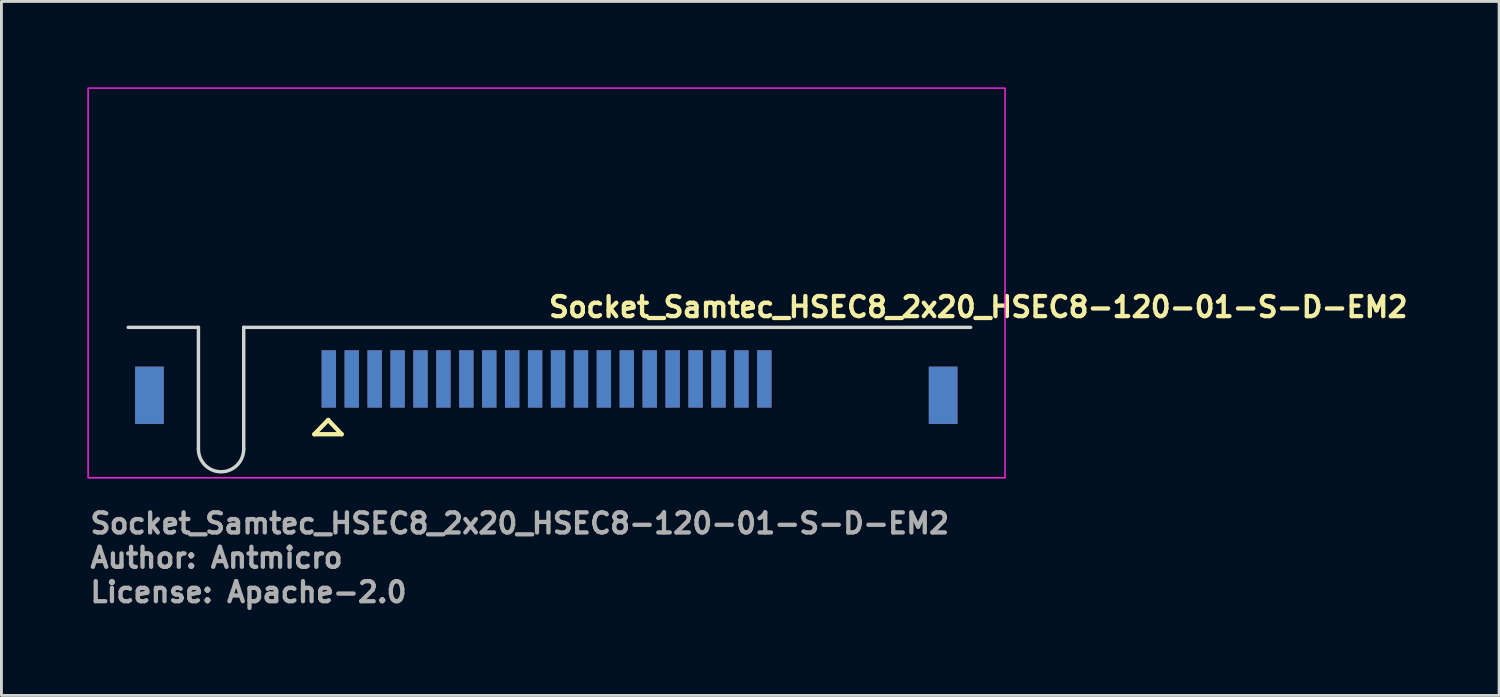
<source format=kicad_pcb>
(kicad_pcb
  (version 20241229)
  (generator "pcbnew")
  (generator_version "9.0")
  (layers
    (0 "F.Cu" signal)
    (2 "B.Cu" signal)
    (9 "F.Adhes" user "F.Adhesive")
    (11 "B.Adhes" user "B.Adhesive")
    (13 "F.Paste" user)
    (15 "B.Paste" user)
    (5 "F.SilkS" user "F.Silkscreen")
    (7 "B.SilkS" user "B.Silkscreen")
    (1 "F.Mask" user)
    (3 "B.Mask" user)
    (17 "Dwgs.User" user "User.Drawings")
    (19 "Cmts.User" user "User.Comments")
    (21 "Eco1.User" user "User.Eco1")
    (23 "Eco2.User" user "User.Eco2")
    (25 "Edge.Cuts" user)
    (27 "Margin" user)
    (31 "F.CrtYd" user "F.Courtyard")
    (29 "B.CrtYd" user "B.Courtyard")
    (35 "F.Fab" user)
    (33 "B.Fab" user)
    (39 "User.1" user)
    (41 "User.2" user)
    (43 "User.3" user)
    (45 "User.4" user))
  (footprint "Socket_Samtec_HSEC8_2x20_HSEC8-120-01-S-D-EM2"
    (layer "F.Cu")
    (at 16.025 6.825)
    (property "Reference" "Socket_Samtec_HSEC8_2x20_HSEC8-120-01-S-D-EM2" (at 0 1.25 0) (layer "F.SilkS") (effects (font (size 0.7 0.7) (thickness 0.15)) (justify left bottom)))
    (fp_line (start -8.106 5.28) (end -7.151 5.28) (stroke (width 0.15) (type solid)) (layer "F.SilkS"))
    (fp_line (start -7.619 4.777) (end -8.106 5.28) (stroke (width 0.15) (type solid)) (layer "F.SilkS"))
    (fp_line (start -7.151 5.28) (end -7.619 4.785) (stroke (width 0.15) (type solid)) (layer "F.SilkS"))
    (fp_line (start -12.15 1.55) (end -14.6 1.55) (stroke (width 0.12) (type solid)) (layer "Edge.Cuts"))
    (fp_line (start -12.15 1.55) (end -12.15 5.8) (stroke (width 0.12) (type solid)) (layer "Edge.Cuts"))
    (fp_line (start -10.57 1.55) (end 14.8 1.55) (stroke (width 0.12) (type solid)) (layer "Edge.Cuts"))
    (fp_line (start -10.57 5.8) (end -10.57 1.55) (stroke (width 0.12) (type solid)) (layer "Edge.Cuts"))
    (fp_arc (start -10.57 5.8) (mid -11.36 6.59) (end -12.15 5.8) (stroke (width 0.12) (type default)) (layer "Edge.Cuts"))
    (fp_rect (start -16 -6.8) (end 16 6.8) (stroke (width 0.05) (type solid)) (fill no) (layer "F.CrtYd"))
    (fp_rect (start -15.6 -6.4) (end 15.6 6.4) (stroke (width 0.1) (type solid)) (fill no) (layer "User.5"))
    (fp_line (start -15.6 -2.2) (end -15.6 1.15) (stroke (width 0.02) (type solid)) (layer "User.9"))
    (fp_line (start -15.6 -2.2) (end -14.4 -2.2) (stroke (width 0.02) (type solid)) (layer "User.9"))
    (fp_line (start -15.6 1.15) (end -15.6 1.4) (stroke (width 0.02) (type solid)) (layer "User.9"))
    (fp_line (start -15.6 1.4) (end -15.47 1.4) (stroke (width 0.02) (type solid)) (layer "User.9"))
    (fp_line (start -15.47 5.28) (end -15.47 1.4) (stroke (width 0.02) (type solid)) (layer "User.9"))
    (fp_line (start -15.47 6.4) (end -15.47 1.4) (stroke (width 0.02) (type solid)) (layer "User.9"))
    (fp_line (start -14.47 2.9) (end -11.28 2.9) (stroke (width 0.02) (type solid)) (layer "User.9"))
    (fp_line (start -14.47 5) (end -14.47 2.9) (stroke (width 0.02) (type solid)) (layer "User.9"))
    (fp_line (start -14.47 5) (end -12.085 5) (stroke (width 0.02) (type solid)) (layer "User.9"))
    (fp_line (start -14.47 6.4) (end -15.47 6.4) (stroke (width 0.02) (type solid)) (layer "User.9"))
    (fp_line (start -14.47 6.4) (end -14.47 2.9) (stroke (width 0.02) (type solid)) (layer "User.9"))
    (fp_line (start -14.47 6.4) (end -11.28 6.4) (stroke (width 0.02) (type solid)) (layer "User.9"))
    (fp_line (start -14.4 -2.2) (end -14.4 1.15) (stroke (width 0.02) (type solid)) (layer "User.9"))
    (fp_line (start -14.4 -2.2) (end -9.3 -2.2) (stroke (width 0.02) (type solid)) (layer "User.9"))
    (fp_line (start -14.4 1.15) (end -15.6 1.15) (stroke (width 0.02) (type solid)) (layer "User.9"))
    (fp_line (start -13.975 -2.3) (end -13.975 -2.2) (stroke (width 0.02) (type solid)) (layer "User.9"))
    (fp_line (start -13.975 2.9) (end -14.47 2.9) (stroke (width 0.02) (type solid)) (layer "User.9"))
    (fp_line (start -13.975 2.9) (end -13.975 4.785) (stroke (width 0.02) (type solid)) (layer "User.9"))
    (fp_line (start -13.725 -2.3) (end -13.975 -2.3) (stroke (width 0.02) (type solid)) (layer "User.9"))
    (fp_line (start -13.725 -2.3) (end -13.725 -2.2) (stroke (width 0.02) (type solid)) (layer "User.9"))
    (fp_line (start -13.725 2.9) (end -13.725 4.785) (stroke (width 0.02) (type solid)) (layer "User.9"))
    (fp_line (start -13.725 4.785) (end -13.975 4.785) (stroke (width 0.02) (type solid)) (layer "User.9"))
    (fp_line (start -13.1 2.9) (end -13.725 2.9) (stroke (width 0.02) (type solid)) (layer "User.9"))
    (fp_line (start -12.085 5) (end -12.085 2.9) (stroke (width 0.02) (type solid)) (layer "User.9"))
    (fp_line (start -12.085 5) (end -12.085 5) (stroke (width 0.02) (type solid)) (layer "User.9"))
    (fp_line (start -11.28 6.4) (end -11.28 2.9) (stroke (width 0.02) (type solid)) (layer "User.9"))
    (fp_line (start -10.615 1.4) (end -10.615 6.4) (stroke (width 0.02) (type solid)) (layer "User.9"))
    (fp_line (start -10.615 1.4) (end -8 1.4) (stroke (width 0.02) (type solid)) (layer "User.9"))
    (fp_line (start -10.615 6.4) (end -11.28 6.4) (stroke (width 0.02) (type solid)) (layer "User.9"))
    (fp_line (start -10.3 -6.4) (end -10.3 -2.2) (stroke (width 0.02) (type solid)) (layer "User.9"))
    (fp_line (start -10.3 -6.4) (end -9.561 -6.4) (stroke (width 0.02) (type solid)) (layer "User.9"))
    (fp_line (start -10.25 -0.35) (end -10.25 1.15) (stroke (width 0.02) (type solid)) (layer "User.9"))
    (fp_line (start -10.25 1.15) (end -14.4 1.15) (stroke (width 0.02) (type solid)) (layer "User.9"))
    (fp_line (start -9.561 -6.4) (end -8.8 -4.372) (stroke (width 0.02) (type solid)) (layer "User.9"))
    (fp_line (start -9.3 -2.2) (end -9.3 -0.35) (stroke (width 0.02) (type solid)) (layer "User.9"))
    (fp_line (start -9.3 -2.2) (end 9.3 -2.2) (stroke (width 0.02) (type solid)) (layer "User.9"))
    (fp_line (start -9.3 -0.35) (end -10.25 -0.35) (stroke (width 0.02) (type solid)) (layer "User.9"))
    (fp_line (start -8.8 -4.372) (end -8.039 -6.4) (stroke (width 0.02) (type solid)) (layer "User.9"))
    (fp_line (start -8.039 -6.4) (end -9.561 -6.4) (stroke (width 0.02) (type solid)) (layer "User.9"))
    (fp_line (start -8.039 -6.4) (end 10.3 -6.4) (stroke (width 0.02) (type solid)) (layer "User.9"))
    (fp_line (start -8 0.05) (end -8 1.4) (stroke (width 0.02) (type solid)) (layer "User.9"))
    (fp_line (start -7.715 1.4) (end -7.715 1.401) (stroke (width 0.02) (type solid)) (layer "User.9"))
    (fp_line (start -7.715 1.401) (end -7.715 1.404) (stroke (width 0.02) (type solid)) (layer "User.9"))
    (fp_line (start -7.715 1.404) (end -7.715 1.408) (stroke (width 0.02) (type solid)) (layer "User.9"))
    (fp_line (start -7.715 1.408) (end -7.715 1.415) (stroke (width 0.02) (type solid)) (layer "User.9"))
    (fp_line (start -7.715 1.415) (end -7.715 1.423) (stroke (width 0.02) (type solid)) (layer "User.9"))
    (fp_line (start -7.715 1.423) (end -7.715 1.433) (stroke (width 0.02) (type solid)) (layer "User.9"))
    (fp_line (start -7.715 1.433) (end -7.715 1.444) (stroke (width 0.02) (type solid)) (layer "User.9"))
    (fp_line (start -7.715 1.444) (end -7.715 1.456) (stroke (width 0.02) (type solid)) (layer "User.9"))
    (fp_line (start -7.715 1.456) (end -7.715 1.47) (stroke (width 0.02) (type solid)) (layer "User.9"))
    (fp_line (start -7.715 1.47) (end -7.715 1.485) (stroke (width 0.02) (type solid)) (layer "User.9"))
    (fp_line (start -7.715 1.485) (end -7.715 1.5) (stroke (width 0.02) (type solid)) (layer "User.9"))
    (fp_line (start -7.715 1.5) (end -7.715 1.517) (stroke (width 0.02) (type solid)) (layer "User.9"))
    (fp_line (start -7.715 1.517) (end -7.715 1.533) (stroke (width 0.02) (type solid)) (layer "User.9"))
    (fp_line (start -7.715 1.533) (end -7.715 1.55) (stroke (width 0.02) (type solid)) (layer "User.9"))
    (fp_line (start -7.715 3.21) (end -7.715 1.55) (stroke (width 0.02) (type solid)) (layer "User.9"))
    (fp_line (start -7.715 3.71) (end -7.715 3.21) (stroke (width 0.02) (type solid)) (layer "User.9"))
    (fp_line (start -7.485 1.401) (end -7.485 1.4) (stroke (width 0.02) (type solid)) (layer "User.9"))
    (fp_line (start -7.485 1.404) (end -7.485 1.401) (stroke (width 0.02) (type solid)) (layer "User.9"))
    (fp_line (start -7.485 1.408) (end -7.485 1.404) (stroke (width 0.02) (type solid)) (layer "User.9"))
    (fp_line (start -7.485 1.415) (end -7.485 1.408) (stroke (width 0.02) (type solid)) (layer "User.9"))
    (fp_line (start -7.485 1.423) (end -7.485 1.415) (stroke (width 0.02) (type solid)) (layer "User.9"))
    (fp_line (start -7.485 1.433) (end -7.485 1.423) (stroke (width 0.02) (type solid)) (layer "User.9"))
    (fp_line (start -7.485 1.444) (end -7.485 1.433) (stroke (width 0.02) (type solid)) (layer "User.9"))
    (fp_line (start -7.485 1.456) (end -7.485 1.444) (stroke (width 0.02) (type solid)) (layer "User.9"))
    (fp_line (start -7.485 1.47) (end -7.485 1.456) (stroke (width 0.02) (type solid)) (layer "User.9"))
    (fp_line (start -7.485 1.485) (end -7.485 1.47) (stroke (width 0.02) (type solid)) (layer "User.9"))
    (fp_line (start -7.485 1.5) (end -7.485 1.485) (stroke (width 0.02) (type solid)) (layer "User.9"))
    (fp_line (start -7.485 1.517) (end -7.485 1.5) (stroke (width 0.02) (type solid)) (layer "User.9"))
    (fp_line (start -7.485 1.533) (end -7.485 1.517) (stroke (width 0.02) (type solid)) (layer "User.9"))
    (fp_line (start -7.485 1.55) (end -7.715 1.55) (stroke (width 0.02) (type solid)) (layer "User.9"))
    (fp_line (start -7.485 1.55) (end -7.485 1.533) (stroke (width 0.02) (type solid)) (layer "User.9"))
    (fp_line (start -7.485 1.55) (end -7.485 3.21) (stroke (width 0.02) (type solid)) (layer "User.9"))
    (fp_line (start -7.485 3.21) (end -7.715 3.21) (stroke (width 0.02) (type solid)) (layer "User.9"))
    (fp_line (start -7.485 3.21) (end -7.485 3.71) (stroke (width 0.02) (type solid)) (layer "User.9"))
    (fp_line (start -7.485 3.71) (end -7.715 3.71) (stroke (width 0.02) (type solid)) (layer "User.9"))
    (fp_line (start -6.915 1.4) (end -6.915 1.401) (stroke (width 0.02) (type solid)) (layer "User.9"))
    (fp_line (start -6.915 1.401) (end -6.915 1.404) (stroke (width 0.02) (type solid)) (layer "User.9"))
    (fp_line (start -6.915 1.404) (end -6.915 1.408) (stroke (width 0.02) (type solid)) (layer "User.9"))
    (fp_line (start -6.915 1.408) (end -6.915 1.415) (stroke (width 0.02) (type solid)) (layer "User.9"))
    (fp_line (start -6.915 1.415) (end -6.915 1.423) (stroke (width 0.02) (type solid)) (layer "User.9"))
    (fp_line (start -6.915 1.423) (end -6.915 1.433) (stroke (width 0.02) (type solid)) (layer "User.9"))
    (fp_line (start -6.915 1.433) (end -6.915 1.444) (stroke (width 0.02) (type solid)) (layer "User.9"))
    (fp_line (start -6.915 1.444) (end -6.915 1.456) (stroke (width 0.02) (type solid)) (layer "User.9"))
    (fp_line (start -6.915 1.456) (end -6.915 1.47) (stroke (width 0.02) (type solid)) (layer "User.9"))
    (fp_line (start -6.915 1.47) (end -6.915 1.485) (stroke (width 0.02) (type solid)) (layer "User.9"))
    (fp_line (start -6.915 1.485) (end -6.915 1.5) (stroke (width 0.02) (type solid)) (layer "User.9"))
    (fp_line (start -6.915 1.5) (end -6.915 1.517) (stroke (width 0.02) (type solid)) (layer "User.9"))
    (fp_line (start -6.915 1.517) (end -6.915 1.533) (stroke (width 0.02) (type solid)) (layer "User.9"))
    (fp_line (start -6.915 1.533) (end -6.915 1.55) (stroke (width 0.02) (type solid)) (layer "User.9"))
    (fp_line (start -6.915 3.21) (end -6.915 1.55) (stroke (width 0.02) (type solid)) (layer "User.9"))
    (fp_line (start -6.915 3.71) (end -6.915 3.21) (stroke (width 0.02) (type solid)) (layer "User.9"))
    (fp_line (start -6.685 1.401) (end -6.685 1.4) (stroke (width 0.02) (type solid)) (layer "User.9"))
    (fp_line (start -6.685 1.404) (end -6.685 1.401) (stroke (width 0.02) (type solid)) (layer "User.9"))
    (fp_line (start -6.685 1.408) (end -6.685 1.404) (stroke (width 0.02) (type solid)) (layer "User.9"))
    (fp_line (start -6.685 1.415) (end -6.685 1.408) (stroke (width 0.02) (type solid)) (layer "User.9"))
    (fp_line (start -6.685 1.423) (end -6.685 1.415) (stroke (width 0.02) (type solid)) (layer "User.9"))
    (fp_line (start -6.685 1.433) (end -6.685 1.423) (stroke (width 0.02) (type solid)) (layer "User.9"))
    (fp_line (start -6.685 1.444) (end -6.685 1.433) (stroke (width 0.02) (type solid)) (layer "User.9"))
    (fp_line (start -6.685 1.456) (end -6.685 1.444) (stroke (width 0.02) (type solid)) (layer "User.9"))
    (fp_line (start -6.685 1.47) (end -6.685 1.456) (stroke (width 0.02) (type solid)) (layer "User.9"))
    (fp_line (start -6.685 1.485) (end -6.685 1.47) (stroke (width 0.02) (type solid)) (layer "User.9"))
    (fp_line (start -6.685 1.5) (end -6.685 1.485) (stroke (width 0.02) (type solid)) (layer "User.9"))
    (fp_line (start -6.685 1.517) (end -6.685 1.5) (stroke (width 0.02) (type solid)) (layer "User.9"))
    (fp_line (start -6.685 1.533) (end -6.685 1.517) (stroke (width 0.02) (type solid)) (layer "User.9"))
    (fp_line (start -6.685 1.55) (end -6.915 1.55) (stroke (width 0.02) (type solid)) (layer "User.9"))
    (fp_line (start -6.685 1.55) (end -6.685 1.533) (stroke (width 0.02) (type solid)) (layer "User.9"))
    (fp_line (start -6.685 1.55) (end -6.685 3.21) (stroke (width 0.02) (type solid)) (layer "User.9"))
    (fp_line (start -6.685 3.21) (end -6.915 3.21) (stroke (width 0.02) (type solid)) (layer "User.9"))
    (fp_line (start -6.685 3.21) (end -6.685 3.71) (stroke (width 0.02) (type solid)) (layer "User.9"))
    (fp_line (start -6.685 3.71) (end -6.915 3.71) (stroke (width 0.02) (type solid)) (layer "User.9"))
    (fp_line (start -6.115 1.4) (end -6.115 1.401) (stroke (width 0.02) (type solid)) (layer "User.9"))
    (fp_line (start -6.115 1.401) (end -6.115 1.404) (stroke (width 0.02) (type solid)) (layer "User.9"))
    (fp_line (start -6.115 1.404) (end -6.115 1.408) (stroke (width 0.02) (type solid)) (layer "User.9"))
    (fp_line (start -6.115 1.408) (end -6.115 1.415) (stroke (width 0.02) (type solid)) (layer "User.9"))
    (fp_line (start -6.115 1.415) (end -6.115 1.423) (stroke (width 0.02) (type solid)) (layer "User.9"))
    (fp_line (start -6.115 1.423) (end -6.115 1.433) (stroke (width 0.02) (type solid)) (layer "User.9"))
    (fp_line (start -6.115 1.433) (end -6.115 1.444) (stroke (width 0.02) (type solid)) (layer "User.9"))
    (fp_line (start -6.115 1.444) (end -6.115 1.456) (stroke (width 0.02) (type solid)) (layer "User.9"))
    (fp_line (start -6.115 1.456) (end -6.115 1.47) (stroke (width 0.02) (type solid)) (layer "User.9"))
    (fp_line (start -6.115 1.47) (end -6.115 1.485) (stroke (width 0.02) (type solid)) (layer "User.9"))
    (fp_line (start -6.115 1.485) (end -6.115 1.5) (stroke (width 0.02) (type solid)) (layer "User.9"))
    (fp_line (start -6.115 1.5) (end -6.115 1.517) (stroke (width 0.02) (type solid)) (layer "User.9"))
    (fp_line (start -6.115 1.517) (end -6.115 1.533) (stroke (width 0.02) (type solid)) (layer "User.9"))
    (fp_line (start -6.115 1.533) (end -6.115 1.55) (stroke (width 0.02) (type solid)) (layer "User.9"))
    (fp_line (start -6.115 3.21) (end -6.115 1.55) (stroke (width 0.02) (type solid)) (layer "User.9"))
    (fp_line (start -6.115 3.71) (end -6.115 3.21) (stroke (width 0.02) (type solid)) (layer "User.9"))
    (fp_line (start -5.885 1.401) (end -5.885 1.4) (stroke (width 0.02) (type solid)) (layer "User.9"))
    (fp_line (start -5.885 1.404) (end -5.885 1.401) (stroke (width 0.02) (type solid)) (layer "User.9"))
    (fp_line (start -5.885 1.408) (end -5.885 1.404) (stroke (width 0.02) (type solid)) (layer "User.9"))
    (fp_line (start -5.885 1.415) (end -5.885 1.408) (stroke (width 0.02) (type solid)) (layer "User.9"))
    (fp_line (start -5.885 1.423) (end -5.885 1.415) (stroke (width 0.02) (type solid)) (layer "User.9"))
    (fp_line (start -5.885 1.433) (end -5.885 1.423) (stroke (width 0.02) (type solid)) (layer "User.9"))
    (fp_line (start -5.885 1.444) (end -5.885 1.433) (stroke (width 0.02) (type solid)) (layer "User.9"))
    (fp_line (start -5.885 1.456) (end -5.885 1.444) (stroke (width 0.02) (type solid)) (layer "User.9"))
    (fp_line (start -5.885 1.47) (end -5.885 1.456) (stroke (width 0.02) (type solid)) (layer "User.9"))
    (fp_line (start -5.885 1.485) (end -5.885 1.47) (stroke (width 0.02) (type solid)) (layer "User.9"))
    (fp_line (start -5.885 1.5) (end -5.885 1.485) (stroke (width 0.02) (type solid)) (layer "User.9"))
    (fp_line (start -5.885 1.517) (end -5.885 1.5) (stroke (width 0.02) (type solid)) (layer "User.9"))
    (fp_line (start -5.885 1.533) (end -5.885 1.517) (stroke (width 0.02) (type solid)) (layer "User.9"))
    (fp_line (start -5.885 1.55) (end -6.115 1.55) (stroke (width 0.02) (type solid)) (layer "User.9"))
    (fp_line (start -5.885 1.55) (end -5.885 1.533) (stroke (width 0.02) (type solid)) (layer "User.9"))
    (fp_line (start -5.885 1.55) (end -5.885 3.21) (stroke (width 0.02) (type solid)) (layer "User.9"))
    (fp_line (start -5.885 3.21) (end -6.115 3.21) (stroke (width 0.02) (type solid)) (layer "User.9"))
    (fp_line (start -5.885 3.21) (end -5.885 3.71) (stroke (width 0.02) (type solid)) (layer "User.9"))
    (fp_line (start -5.885 3.71) (end -6.115 3.71) (stroke (width 0.02) (type solid)) (layer "User.9"))
    (fp_line (start -5.315 1.4) (end -5.315 1.401) (stroke (width 0.02) (type solid)) (layer "User.9"))
    (fp_line (start -5.315 1.401) (end -5.315 1.404) (stroke (width 0.02) (type solid)) (layer "User.9"))
    (fp_line (start -5.315 1.404) (end -5.315 1.408) (stroke (width 0.02) (type solid)) (layer "User.9"))
    (fp_line (start -5.315 1.408) (end -5.315 1.415) (stroke (width 0.02) (type solid)) (layer "User.9"))
    (fp_line (start -5.315 1.415) (end -5.315 1.423) (stroke (width 0.02) (type solid)) (layer "User.9"))
    (fp_line (start -5.315 1.423) (end -5.315 1.433) (stroke (width 0.02) (type solid)) (layer "User.9"))
    (fp_line (start -5.315 1.433) (end -5.315 1.444) (stroke (width 0.02) (type solid)) (layer "User.9"))
    (fp_line (start -5.315 1.444) (end -5.315 1.456) (stroke (width 0.02) (type solid)) (layer "User.9"))
    (fp_line (start -5.315 1.456) (end -5.315 1.47) (stroke (width 0.02) (type solid)) (layer "User.9"))
    (fp_line (start -5.315 1.47) (end -5.315 1.485) (stroke (width 0.02) (type solid)) (layer "User.9"))
    (fp_line (start -5.315 1.485) (end -5.315 1.5) (stroke (width 0.02) (type solid)) (layer "User.9"))
    (fp_line (start -5.315 1.5) (end -5.315 1.517) (stroke (width 0.02) (type solid)) (layer "User.9"))
    (fp_line (start -5.315 1.517) (end -5.315 1.533) (stroke (width 0.02) (type solid)) (layer "User.9"))
    (fp_line (start -5.315 1.533) (end -5.315 1.55) (stroke (width 0.02) (type solid)) (layer "User.9"))
    (fp_line (start -5.315 3.21) (end -5.315 1.55) (stroke (width 0.02) (type solid)) (layer "User.9"))
    (fp_line (start -5.315 3.71) (end -5.315 3.21) (stroke (width 0.02) (type solid)) (layer "User.9"))
    (fp_line (start -5.085 1.401) (end -5.085 1.4) (stroke (width 0.02) (type solid)) (layer "User.9"))
    (fp_line (start -5.085 1.404) (end -5.085 1.401) (stroke (width 0.02) (type solid)) (layer "User.9"))
    (fp_line (start -5.085 1.408) (end -5.085 1.404) (stroke (width 0.02) (type solid)) (layer "User.9"))
    (fp_line (start -5.085 1.415) (end -5.085 1.408) (stroke (width 0.02) (type solid)) (layer "User.9"))
    (fp_line (start -5.085 1.423) (end -5.085 1.415) (stroke (width 0.02) (type solid)) (layer "User.9"))
    (fp_line (start -5.085 1.433) (end -5.085 1.423) (stroke (width 0.02) (type solid)) (layer "User.9"))
    (fp_line (start -5.085 1.444) (end -5.085 1.433) (stroke (width 0.02) (type solid)) (layer "User.9"))
    (fp_line (start -5.085 1.456) (end -5.085 1.444) (stroke (width 0.02) (type solid)) (layer "User.9"))
    (fp_line (start -5.085 1.47) (end -5.085 1.456) (stroke (width 0.02) (type solid)) (layer "User.9"))
    (fp_line (start -5.085 1.485) (end -5.085 1.47) (stroke (width 0.02) (type solid)) (layer "User.9"))
    (fp_line (start -5.085 1.5) (end -5.085 1.485) (stroke (width 0.02) (type solid)) (layer "User.9"))
    (fp_line (start -5.085 1.517) (end -5.085 1.5) (stroke (width 0.02) (type solid)) (layer "User.9"))
    (fp_line (start -5.085 1.533) (end -5.085 1.517) (stroke (width 0.02) (type solid)) (layer "User.9"))
    (fp_line (start -5.085 1.55) (end -5.315 1.55) (stroke (width 0.02) (type solid)) (layer "User.9"))
    (fp_line (start -5.085 1.55) (end -5.085 1.533) (stroke (width 0.02) (type solid)) (layer "User.9"))
    (fp_line (start -5.085 1.55) (end -5.085 3.21) (stroke (width 0.02) (type solid)) (layer "User.9"))
    (fp_line (start -5.085 3.21) (end -5.315 3.21) (stroke (width 0.02) (type solid)) (layer "User.9"))
    (fp_line (start -5.085 3.21) (end -5.085 3.71) (stroke (width 0.02) (type solid)) (layer "User.9"))
    (fp_line (start -5.085 3.71) (end -5.315 3.71) (stroke (width 0.02) (type solid)) (layer "User.9"))
    (fp_line (start -4.515 1.4) (end -4.515 1.401) (stroke (width 0.02) (type solid)) (layer "User.9"))
    (fp_line (start -4.515 1.401) (end -4.515 1.404) (stroke (width 0.02) (type solid)) (layer "User.9"))
    (fp_line (start -4.515 1.404) (end -4.515 1.408) (stroke (width 0.02) (type solid)) (layer "User.9"))
    (fp_line (start -4.515 1.408) (end -4.515 1.415) (stroke (width 0.02) (type solid)) (layer "User.9"))
    (fp_line (start -4.515 1.415) (end -4.515 1.423) (stroke (width 0.02) (type solid)) (layer "User.9"))
    (fp_line (start -4.515 1.423) (end -4.515 1.433) (stroke (width 0.02) (type solid)) (layer "User.9"))
    (fp_line (start -4.515 1.433) (end -4.515 1.444) (stroke (width 0.02) (type solid)) (layer "User.9"))
    (fp_line (start -4.515 1.444) (end -4.515 1.456) (stroke (width 0.02) (type solid)) (layer "User.9"))
    (fp_line (start -4.515 1.456) (end -4.515 1.47) (stroke (width 0.02) (type solid)) (layer "User.9"))
    (fp_line (start -4.515 1.47) (end -4.515 1.485) (stroke (width 0.02) (type solid)) (layer "User.9"))
    (fp_line (start -4.515 1.485) (end -4.515 1.5) (stroke (width 0.02) (type solid)) (layer "User.9"))
    (fp_line (start -4.515 1.5) (end -4.515 1.517) (stroke (width 0.02) (type solid)) (layer "User.9"))
    (fp_line (start -4.515 1.517) (end -4.515 1.533) (stroke (width 0.02) (type solid)) (layer "User.9"))
    (fp_line (start -4.515 1.533) (end -4.515 1.55) (stroke (width 0.02) (type solid)) (layer "User.9"))
    (fp_line (start -4.515 3.21) (end -4.515 1.55) (stroke (width 0.02) (type solid)) (layer "User.9"))
    (fp_line (start -4.515 3.71) (end -4.515 3.21) (stroke (width 0.02) (type solid)) (layer "User.9"))
    (fp_line (start -4.285 1.401) (end -4.285 1.4) (stroke (width 0.02) (type solid)) (layer "User.9"))
    (fp_line (start -4.285 1.404) (end -4.285 1.401) (stroke (width 0.02) (type solid)) (layer "User.9"))
    (fp_line (start -4.285 1.408) (end -4.285 1.404) (stroke (width 0.02) (type solid)) (layer "User.9"))
    (fp_line (start -4.285 1.415) (end -4.285 1.408) (stroke (width 0.02) (type solid)) (layer "User.9"))
    (fp_line (start -4.285 1.423) (end -4.285 1.415) (stroke (width 0.02) (type solid)) (layer "User.9"))
    (fp_line (start -4.285 1.433) (end -4.285 1.423) (stroke (width 0.02) (type solid)) (layer "User.9"))
    (fp_line (start -4.285 1.444) (end -4.285 1.433) (stroke (width 0.02) (type solid)) (layer "User.9"))
    (fp_line (start -4.285 1.456) (end -4.285 1.444) (stroke (width 0.02) (type solid)) (layer "User.9"))
    (fp_line (start -4.285 1.47) (end -4.285 1.456) (stroke (width 0.02) (type solid)) (layer "User.9"))
    (fp_line (start -4.285 1.485) (end -4.285 1.47) (stroke (width 0.02) (type solid)) (layer "User.9"))
    (fp_line (start -4.285 1.5) (end -4.285 1.485) (stroke (width 0.02) (type solid)) (layer "User.9"))
    (fp_line (start -4.285 1.517) (end -4.285 1.5) (stroke (width 0.02) (type solid)) (layer "User.9"))
    (fp_line (start -4.285 1.533) (end -4.285 1.517) (stroke (width 0.02) (type solid)) (layer "User.9"))
    (fp_line (start -4.285 1.55) (end -4.515 1.55) (stroke (width 0.02) (type solid)) (layer "User.9"))
    (fp_line (start -4.285 1.55) (end -4.285 1.533) (stroke (width 0.02) (type solid)) (layer "User.9"))
    (fp_line (start -4.285 1.55) (end -4.285 3.21) (stroke (width 0.02) (type solid)) (layer "User.9"))
    (fp_line (start -4.285 3.21) (end -4.515 3.21) (stroke (width 0.02) (type solid)) (layer "User.9"))
    (fp_line (start -4.285 3.21) (end -4.285 3.71) (stroke (width 0.02) (type solid)) (layer "User.9"))
    (fp_line (start -4.285 3.71) (end -4.515 3.71) (stroke (width 0.02) (type solid)) (layer "User.9"))
    (fp_line (start -3.715 1.4) (end -3.715 1.401) (stroke (width 0.02) (type solid)) (layer "User.9"))
    (fp_line (start -3.715 1.401) (end -3.715 1.404) (stroke (width 0.02) (type solid)) (layer "User.9"))
    (fp_line (start -3.715 1.404) (end -3.715 1.408) (stroke (width 0.02) (type solid)) (layer "User.9"))
    (fp_line (start -3.715 1.408) (end -3.715 1.415) (stroke (width 0.02) (type solid)) (layer "User.9"))
    (fp_line (start -3.715 1.415) (end -3.715 1.423) (stroke (width 0.02) (type solid)) (layer "User.9"))
    (fp_line (start -3.715 1.423) (end -3.715 1.433) (stroke (width 0.02) (type solid)) (layer "User.9"))
    (fp_line (start -3.715 1.433) (end -3.715 1.444) (stroke (width 0.02) (type solid)) (layer "User.9"))
    (fp_line (start -3.715 1.444) (end -3.715 1.456) (stroke (width 0.02) (type solid)) (layer "User.9"))
    (fp_line (start -3.715 1.456) (end -3.715 1.47) (stroke (width 0.02) (type solid)) (layer "User.9"))
    (fp_line (start -3.715 1.47) (end -3.715 1.485) (stroke (width 0.02) (type solid)) (layer "User.9"))
    (fp_line (start -3.715 1.485) (end -3.715 1.5) (stroke (width 0.02) (type solid)) (layer "User.9"))
    (fp_line (start -3.715 1.5) (end -3.715 1.517) (stroke (width 0.02) (type solid)) (layer "User.9"))
    (fp_line (start -3.715 1.517) (end -3.715 1.533) (stroke (width 0.02) (type solid)) (layer "User.9"))
    (fp_line (start -3.715 1.533) (end -3.715 1.55) (stroke (width 0.02) (type solid)) (layer "User.9"))
    (fp_line (start -3.715 3.21) (end -3.715 1.55) (stroke (width 0.02) (type solid)) (layer "User.9"))
    (fp_line (start -3.715 3.71) (end -3.715 3.21) (stroke (width 0.02) (type solid)) (layer "User.9"))
    (fp_line (start -3.485 1.401) (end -3.485 1.4) (stroke (width 0.02) (type solid)) (layer "User.9"))
    (fp_line (start -3.485 1.404) (end -3.485 1.401) (stroke (width 0.02) (type solid)) (layer "User.9"))
    (fp_line (start -3.485 1.408) (end -3.485 1.404) (stroke (width 0.02) (type solid)) (layer "User.9"))
    (fp_line (start -3.485 1.415) (end -3.485 1.408) (stroke (width 0.02) (type solid)) (layer "User.9"))
    (fp_line (start -3.485 1.423) (end -3.485 1.415) (stroke (width 0.02) (type solid)) (layer "User.9"))
    (fp_line (start -3.485 1.433) (end -3.485 1.423) (stroke (width 0.02) (type solid)) (layer "User.9"))
    (fp_line (start -3.485 1.444) (end -3.485 1.433) (stroke (width 0.02) (type solid)) (layer "User.9"))
    (fp_line (start -3.485 1.456) (end -3.485 1.444) (stroke (width 0.02) (type solid)) (layer "User.9"))
    (fp_line (start -3.485 1.47) (end -3.485 1.456) (stroke (width 0.02) (type solid)) (layer "User.9"))
    (fp_line (start -3.485 1.485) (end -3.485 1.47) (stroke (width 0.02) (type solid)) (layer "User.9"))
    (fp_line (start -3.485 1.5) (end -3.485 1.485) (stroke (width 0.02) (type solid)) (layer "User.9"))
    (fp_line (start -3.485 1.517) (end -3.485 1.5) (stroke (width 0.02) (type solid)) (layer "User.9"))
    (fp_line (start -3.485 1.533) (end -3.485 1.517) (stroke (width 0.02) (type solid)) (layer "User.9"))
    (fp_line (start -3.485 1.55) (end -3.715 1.55) (stroke (width 0.02) (type solid)) (layer "User.9"))
    (fp_line (start -3.485 1.55) (end -3.485 1.533) (stroke (width 0.02) (type solid)) (layer "User.9"))
    (fp_line (start -3.485 1.55) (end -3.485 3.21) (stroke (width 0.02) (type solid)) (layer "User.9"))
    (fp_line (start -3.485 3.21) (end -3.715 3.21) (stroke (width 0.02) (type solid)) (layer "User.9"))
    (fp_line (start -3.485 3.21) (end -3.485 3.71) (stroke (width 0.02) (type solid)) (layer "User.9"))
    (fp_line (start -3.485 3.71) (end -3.715 3.71) (stroke (width 0.02) (type solid)) (layer "User.9"))
    (fp_line (start -2.915 1.4) (end -2.915 1.401) (stroke (width 0.02) (type solid)) (layer "User.9"))
    (fp_line (start -2.915 1.401) (end -2.915 1.404) (stroke (width 0.02) (type solid)) (layer "User.9"))
    (fp_line (start -2.915 1.404) (end -2.915 1.408) (stroke (width 0.02) (type solid)) (layer "User.9"))
    (fp_line (start -2.915 1.408) (end -2.915 1.415) (stroke (width 0.02) (type solid)) (layer "User.9"))
    (fp_line (start -2.915 1.415) (end -2.915 1.423) (stroke (width 0.02) (type solid)) (layer "User.9"))
    (fp_line (start -2.915 1.423) (end -2.915 1.433) (stroke (width 0.02) (type solid)) (layer "User.9"))
    (fp_line (start -2.915 1.433) (end -2.915 1.444) (stroke (width 0.02) (type solid)) (layer "User.9"))
    (fp_line (start -2.915 1.444) (end -2.915 1.456) (stroke (width 0.02) (type solid)) (layer "User.9"))
    (fp_line (start -2.915 1.456) (end -2.915 1.47) (stroke (width 0.02) (type solid)) (layer "User.9"))
    (fp_line (start -2.915 1.47) (end -2.915 1.485) (stroke (width 0.02) (type solid)) (layer "User.9"))
    (fp_line (start -2.915 1.485) (end -2.915 1.5) (stroke (width 0.02) (type solid)) (layer "User.9"))
    (fp_line (start -2.915 1.5) (end -2.915 1.517) (stroke (width 0.02) (type solid)) (layer "User.9"))
    (fp_line (start -2.915 1.517) (end -2.915 1.533) (stroke (width 0.02) (type solid)) (layer "User.9"))
    (fp_line (start -2.915 1.533) (end -2.915 1.55) (stroke (width 0.02) (type solid)) (layer "User.9"))
    (fp_line (start -2.915 3.21) (end -2.915 1.55) (stroke (width 0.02) (type solid)) (layer "User.9"))
    (fp_line (start -2.915 3.71) (end -2.915 3.21) (stroke (width 0.02) (type solid)) (layer "User.9"))
    (fp_line (start -2.685 1.401) (end -2.685 1.4) (stroke (width 0.02) (type solid)) (layer "User.9"))
    (fp_line (start -2.685 1.404) (end -2.685 1.401) (stroke (width 0.02) (type solid)) (layer "User.9"))
    (fp_line (start -2.685 1.408) (end -2.685 1.404) (stroke (width 0.02) (type solid)) (layer "User.9"))
    (fp_line (start -2.685 1.415) (end -2.685 1.408) (stroke (width 0.02) (type solid)) (layer "User.9"))
    (fp_line (start -2.685 1.423) (end -2.685 1.415) (stroke (width 0.02) (type solid)) (layer "User.9"))
    (fp_line (start -2.685 1.433) (end -2.685 1.423) (stroke (width 0.02) (type solid)) (layer "User.9"))
    (fp_line (start -2.685 1.444) (end -2.685 1.433) (stroke (width 0.02) (type solid)) (layer "User.9"))
    (fp_line (start -2.685 1.456) (end -2.685 1.444) (stroke (width 0.02) (type solid)) (layer "User.9"))
    (fp_line (start -2.685 1.47) (end -2.685 1.456) (stroke (width 0.02) (type solid)) (layer "User.9"))
    (fp_line (start -2.685 1.485) (end -2.685 1.47) (stroke (width 0.02) (type solid)) (layer "User.9"))
    (fp_line (start -2.685 1.5) (end -2.685 1.485) (stroke (width 0.02) (type solid)) (layer "User.9"))
    (fp_line (start -2.685 1.517) (end -2.685 1.5) (stroke (width 0.02) (type solid)) (layer "User.9"))
    (fp_line (start -2.685 1.533) (end -2.685 1.517) (stroke (width 0.02) (type solid)) (layer "User.9"))
    (fp_line (start -2.685 1.55) (end -2.915 1.55) (stroke (width 0.02) (type solid)) (layer "User.9"))
    (fp_line (start -2.685 1.55) (end -2.685 1.533) (stroke (width 0.02) (type solid)) (layer "User.9"))
    (fp_line (start -2.685 1.55) (end -2.685 3.21) (stroke (width 0.02) (type solid)) (layer "User.9"))
    (fp_line (start -2.685 3.21) (end -2.915 3.21) (stroke (width 0.02) (type solid)) (layer "User.9"))
    (fp_line (start -2.685 3.21) (end -2.685 3.71) (stroke (width 0.02) (type solid)) (layer "User.9"))
    (fp_line (start -2.685 3.71) (end -2.915 3.71) (stroke (width 0.02) (type solid)) (layer "User.9"))
    (fp_line (start -2.115 1.4) (end -2.115 1.401) (stroke (width 0.02) (type solid)) (layer "User.9"))
    (fp_line (start -2.115 1.401) (end -2.115 1.404) (stroke (width 0.02) (type solid)) (layer "User.9"))
    (fp_line (start -2.115 1.404) (end -2.115 1.408) (stroke (width 0.02) (type solid)) (layer "User.9"))
    (fp_line (start -2.115 1.408) (end -2.115 1.415) (stroke (width 0.02) (type solid)) (layer "User.9"))
    (fp_line (start -2.115 1.415) (end -2.115 1.423) (stroke (width 0.02) (type solid)) (layer "User.9"))
    (fp_line (start -2.115 1.423) (end -2.115 1.433) (stroke (width 0.02) (type solid)) (layer "User.9"))
    (fp_line (start -2.115 1.433) (end -2.115 1.444) (stroke (width 0.02) (type solid)) (layer "User.9"))
    (fp_line (start -2.115 1.444) (end -2.115 1.456) (stroke (width 0.02) (type solid)) (layer "User.9"))
    (fp_line (start -2.115 1.456) (end -2.115 1.47) (stroke (width 0.02) (type solid)) (layer "User.9"))
    (fp_line (start -2.115 1.47) (end -2.115 1.485) (stroke (width 0.02) (type solid)) (layer "User.9"))
    (fp_line (start -2.115 1.485) (end -2.115 1.5) (stroke (width 0.02) (type solid)) (layer "User.9"))
    (fp_line (start -2.115 1.5) (end -2.115 1.517) (stroke (width 0.02) (type solid)) (layer "User.9"))
    (fp_line (start -2.115 1.517) (end -2.115 1.533) (stroke (width 0.02) (type solid)) (layer "User.9"))
    (fp_line (start -2.115 1.533) (end -2.115 1.55) (stroke (width 0.02) (type solid)) (layer "User.9"))
    (fp_line (start -2.115 3.21) (end -2.115 1.55) (stroke (width 0.02) (type solid)) (layer "User.9"))
    (fp_line (start -2.115 3.71) (end -2.115 3.21) (stroke (width 0.02) (type solid)) (layer "User.9"))
    (fp_line (start -1.885 1.401) (end -1.885 1.4) (stroke (width 0.02) (type solid)) (layer "User.9"))
    (fp_line (start -1.885 1.404) (end -1.885 1.401) (stroke (width 0.02) (type solid)) (layer "User.9"))
    (fp_line (start -1.885 1.408) (end -1.885 1.404) (stroke (width 0.02) (type solid)) (layer "User.9"))
    (fp_line (start -1.885 1.415) (end -1.885 1.408) (stroke (width 0.02) (type solid)) (layer "User.9"))
    (fp_line (start -1.885 1.423) (end -1.885 1.415) (stroke (width 0.02) (type solid)) (layer "User.9"))
    (fp_line (start -1.885 1.433) (end -1.885 1.423) (stroke (width 0.02) (type solid)) (layer "User.9"))
    (fp_line (start -1.885 1.444) (end -1.885 1.433) (stroke (width 0.02) (type solid)) (layer "User.9"))
    (fp_line (start -1.885 1.456) (end -1.885 1.444) (stroke (width 0.02) (type solid)) (layer "User.9"))
    (fp_line (start -1.885 1.47) (end -1.885 1.456) (stroke (width 0.02) (type solid)) (layer "User.9"))
    (fp_line (start -1.885 1.485) (end -1.885 1.47) (stroke (width 0.02) (type solid)) (layer "User.9"))
    (fp_line (start -1.885 1.5) (end -1.885 1.485) (stroke (width 0.02) (type solid)) (layer "User.9"))
    (fp_line (start -1.885 1.517) (end -1.885 1.5) (stroke (width 0.02) (type solid)) (layer "User.9"))
    (fp_line (start -1.885 1.533) (end -1.885 1.517) (stroke (width 0.02) (type solid)) (layer "User.9"))
    (fp_line (start -1.885 1.55) (end -2.115 1.55) (stroke (width 0.02) (type solid)) (layer "User.9"))
    (fp_line (start -1.885 1.55) (end -1.885 1.533) (stroke (width 0.02) (type solid)) (layer "User.9"))
    (fp_line (start -1.885 1.55) (end -1.885 3.21) (stroke (width 0.02) (type solid)) (layer "User.9"))
    (fp_line (start -1.885 3.21) (end -2.115 3.21) (stroke (width 0.02) (type solid)) (layer "User.9"))
    (fp_line (start -1.885 3.21) (end -1.885 3.71) (stroke (width 0.02) (type solid)) (layer "User.9"))
    (fp_line (start -1.885 3.71) (end -2.115 3.71) (stroke (width 0.02) (type solid)) (layer "User.9"))
    (fp_line (start -1.315 1.4) (end -1.315 1.401) (stroke (width 0.02) (type solid)) (layer "User.9"))
    (fp_line (start -1.315 1.401) (end -1.315 1.404) (stroke (width 0.02) (type solid)) (layer "User.9"))
    (fp_line (start -1.315 1.404) (end -1.315 1.408) (stroke (width 0.02) (type solid)) (layer "User.9"))
    (fp_line (start -1.315 1.408) (end -1.315 1.415) (stroke (width 0.02) (type solid)) (layer "User.9"))
    (fp_line (start -1.315 1.415) (end -1.315 1.423) (stroke (width 0.02) (type solid)) (layer "User.9"))
    (fp_line (start -1.315 1.423) (end -1.315 1.433) (stroke (width 0.02) (type solid)) (layer "User.9"))
    (fp_line (start -1.315 1.433) (end -1.315 1.444) (stroke (width 0.02) (type solid)) (layer "User.9"))
    (fp_line (start -1.315 1.444) (end -1.315 1.456) (stroke (width 0.02) (type solid)) (layer "User.9"))
    (fp_line (start -1.315 1.456) (end -1.315 1.47) (stroke (width 0.02) (type solid)) (layer "User.9"))
    (fp_line (start -1.315 1.47) (end -1.315 1.485) (stroke (width 0.02) (type solid)) (layer "User.9"))
    (fp_line (start -1.315 1.485) (end -1.315 1.5) (stroke (width 0.02) (type solid)) (layer "User.9"))
    (fp_line (start -1.315 1.5) (end -1.315 1.517) (stroke (width 0.02) (type solid)) (layer "User.9"))
    (fp_line (start -1.315 1.517) (end -1.315 1.533) (stroke (width 0.02) (type solid)) (layer "User.9"))
    (fp_line (start -1.315 1.533) (end -1.315 1.55) (stroke (width 0.02) (type solid)) (layer "User.9"))
    (fp_line (start -1.315 3.21) (end -1.315 1.55) (stroke (width 0.02) (type solid)) (layer "User.9"))
    (fp_line (start -1.315 3.71) (end -1.315 3.21) (stroke (width 0.02) (type solid)) (layer "User.9"))
    (fp_line (start -1.085 1.401) (end -1.085 1.4) (stroke (width 0.02) (type solid)) (layer "User.9"))
    (fp_line (start -1.085 1.404) (end -1.085 1.401) (stroke (width 0.02) (type solid)) (layer "User.9"))
    (fp_line (start -1.085 1.408) (end -1.085 1.404) (stroke (width 0.02) (type solid)) (layer "User.9"))
    (fp_line (start -1.085 1.415) (end -1.085 1.408) (stroke (width 0.02) (type solid)) (layer "User.9"))
    (fp_line (start -1.085 1.423) (end -1.085 1.415) (stroke (width 0.02) (type solid)) (layer "User.9"))
    (fp_line (start -1.085 1.433) (end -1.085 1.423) (stroke (width 0.02) (type solid)) (layer "User.9"))
    (fp_line (start -1.085 1.444) (end -1.085 1.433) (stroke (width 0.02) (type solid)) (layer "User.9"))
    (fp_line (start -1.085 1.456) (end -1.085 1.444) (stroke (width 0.02) (type solid)) (layer "User.9"))
    (fp_line (start -1.085 1.47) (end -1.085 1.456) (stroke (width 0.02) (type solid)) (layer "User.9"))
    (fp_line (start -1.085 1.485) (end -1.085 1.47) (stroke (width 0.02) (type solid)) (layer "User.9"))
    (fp_line (start -1.085 1.5) (end -1.085 1.485) (stroke (width 0.02) (type solid)) (layer "User.9"))
    (fp_line (start -1.085 1.517) (end -1.085 1.5) (stroke (width 0.02) (type solid)) (layer "User.9"))
    (fp_line (start -1.085 1.533) (end -1.085 1.517) (stroke (width 0.02) (type solid)) (layer "User.9"))
    (fp_line (start -1.085 1.55) (end -1.315 1.55) (stroke (width 0.02) (type solid)) (layer "User.9"))
    (fp_line (start -1.085 1.55) (end -1.085 1.533) (stroke (width 0.02) (type solid)) (layer "User.9"))
    (fp_line (start -1.085 1.55) (end -1.085 3.21) (stroke (width 0.02) (type solid)) (layer "User.9"))
    (fp_line (start -1.085 3.21) (end -1.315 3.21) (stroke (width 0.02) (type solid)) (layer "User.9"))
    (fp_line (start -1.085 3.21) (end -1.085 3.71) (stroke (width 0.02) (type solid)) (layer "User.9"))
    (fp_line (start -1.085 3.71) (end -1.315 3.71) (stroke (width 0.02) (type solid)) (layer "User.9"))
    (fp_line (start -0.515 1.4) (end -0.515 1.401) (stroke (width 0.02) (type solid)) (layer "User.9"))
    (fp_line (start -0.515 1.401) (end -0.515 1.404) (stroke (width 0.02) (type solid)) (layer "User.9"))
    (fp_line (start -0.515 1.404) (end -0.515 1.408) (stroke (width 0.02) (type solid)) (layer "User.9"))
    (fp_line (start -0.515 1.408) (end -0.515 1.415) (stroke (width 0.02) (type solid)) (layer "User.9"))
    (fp_line (start -0.515 1.415) (end -0.515 1.423) (stroke (width 0.02) (type solid)) (layer "User.9"))
    (fp_line (start -0.515 1.423) (end -0.515 1.433) (stroke (width 0.02) (type solid)) (layer "User.9"))
    (fp_line (start -0.515 1.433) (end -0.515 1.444) (stroke (width 0.02) (type solid)) (layer "User.9"))
    (fp_line (start -0.515 1.444) (end -0.515 1.456) (stroke (width 0.02) (type solid)) (layer "User.9"))
    (fp_line (start -0.515 1.456) (end -0.515 1.47) (stroke (width 0.02) (type solid)) (layer "User.9"))
    (fp_line (start -0.515 1.47) (end -0.515 1.485) (stroke (width 0.02) (type solid)) (layer "User.9"))
    (fp_line (start -0.515 1.485) (end -0.515 1.5) (stroke (width 0.02) (type solid)) (layer "User.9"))
    (fp_line (start -0.515 1.5) (end -0.515 1.517) (stroke (width 0.02) (type solid)) (layer "User.9"))
    (fp_line (start -0.515 1.517) (end -0.515 1.533) (stroke (width 0.02) (type solid)) (layer "User.9"))
    (fp_line (start -0.515 1.533) (end -0.515 1.55) (stroke (width 0.02) (type solid)) (layer "User.9"))
    (fp_line (start -0.515 3.21) (end -0.515 1.55) (stroke (width 0.02) (type solid)) (layer "User.9"))
    (fp_line (start -0.515 3.71) (end -0.515 3.21) (stroke (width 0.02) (type solid)) (layer "User.9"))
    (fp_line (start -0.285 1.401) (end -0.285 1.4) (stroke (width 0.02) (type solid)) (layer "User.9"))
    (fp_line (start -0.285 1.404) (end -0.285 1.401) (stroke (width 0.02) (type solid)) (layer "User.9"))
    (fp_line (start -0.285 1.408) (end -0.285 1.404) (stroke (width 0.02) (type solid)) (layer "User.9"))
    (fp_line (start -0.285 1.415) (end -0.285 1.408) (stroke (width 0.02) (type solid)) (layer "User.9"))
    (fp_line (start -0.285 1.423) (end -0.285 1.415) (stroke (width 0.02) (type solid)) (layer "User.9"))
    (fp_line (start -0.285 1.433) (end -0.285 1.423) (stroke (width 0.02) (type solid)) (layer "User.9"))
    (fp_line (start -0.285 1.444) (end -0.285 1.433) (stroke (width 0.02) (type solid)) (layer "User.9"))
    (fp_line (start -0.285 1.456) (end -0.285 1.444) (stroke (width 0.02) (type solid)) (layer "User.9"))
    (fp_line (start -0.285 1.47) (end -0.285 1.456) (stroke (width 0.02) (type solid)) (layer "User.9"))
    (fp_line (start -0.285 1.485) (end -0.285 1.47) (stroke (width 0.02) (type solid)) (layer "User.9"))
    (fp_line (start -0.285 1.5) (end -0.285 1.485) (stroke (width 0.02) (type solid)) (layer "User.9"))
    (fp_line (start -0.285 1.517) (end -0.285 1.5) (stroke (width 0.02) (type solid)) (layer "User.9"))
    (fp_line (start -0.285 1.533) (end -0.285 1.517) (stroke (width 0.02) (type solid)) (layer "User.9"))
    (fp_line (start -0.285 1.55) (end -0.515 1.55) (stroke (width 0.02) (type solid)) (layer "User.9"))
    (fp_line (start -0.285 1.55) (end -0.285 1.533) (stroke (width 0.02) (type solid)) (layer "User.9"))
    (fp_line (start -0.285 1.55) (end -0.285 3.21) (stroke (width 0.02) (type solid)) (layer "User.9"))
    (fp_line (start -0.285 3.21) (end -0.515 3.21) (stroke (width 0.02) (type solid)) (layer "User.9"))
    (fp_line (start -0.285 3.21) (end -0.285 3.71) (stroke (width 0.02) (type solid)) (layer "User.9"))
    (fp_line (start -0.285 3.71) (end -0.515 3.71) (stroke (width 0.02) (type solid)) (layer "User.9"))
    (fp_line (start 0.285 1.4) (end 0.285 1.401) (stroke (width 0.02) (type solid)) (layer "User.9"))
    (fp_line (start 0.285 1.401) (end 0.285 1.404) (stroke (width 0.02) (type solid)) (layer "User.9"))
    (fp_line (start 0.285 1.404) (end 0.285 1.408) (stroke (width 0.02) (type solid)) (layer "User.9"))
    (fp_line (start 0.285 1.408) (end 0.285 1.415) (stroke (width 0.02) (type solid)) (layer "User.9"))
    (fp_line (start 0.285 1.415) (end 0.285 1.423) (stroke (width 0.02) (type solid)) (layer "User.9"))
    (fp_line (start 0.285 1.423) (end 0.285 1.433) (stroke (width 0.02) (type solid)) (layer "User.9"))
    (fp_line (start 0.285 1.433) (end 0.285 1.444) (stroke (width 0.02) (type solid)) (layer "User.9"))
    (fp_line (start 0.285 1.444) (end 0.285 1.456) (stroke (width 0.02) (type solid)) (layer "User.9"))
    (fp_line (start 0.285 1.456) (end 0.285 1.47) (stroke (width 0.02) (type solid)) (layer "User.9"))
    (fp_line (start 0.285 1.47) (end 0.285 1.485) (stroke (width 0.02) (type solid)) (layer "User.9"))
    (fp_line (start 0.285 1.485) (end 0.285 1.5) (stroke (width 0.02) (type solid)) (layer "User.9"))
    (fp_line (start 0.285 1.5) (end 0.285 1.517) (stroke (width 0.02) (type solid)) (layer "User.9"))
    (fp_line (start 0.285 1.517) (end 0.285 1.533) (stroke (width 0.02) (type solid)) (layer "User.9"))
    (fp_line (start 0.285 1.533) (end 0.285 1.55) (stroke (width 0.02) (type solid)) (layer "User.9"))
    (fp_line (start 0.285 3.21) (end 0.285 1.55) (stroke (width 0.02) (type solid)) (layer "User.9"))
    (fp_line (start 0.285 3.71) (end 0.285 3.21) (stroke (width 0.02) (type solid)) (layer "User.9"))
    (fp_line (start 0.515 1.401) (end 0.515 1.4) (stroke (width 0.02) (type solid)) (layer "User.9"))
    (fp_line (start 0.515 1.404) (end 0.515 1.401) (stroke (width 0.02) (type solid)) (layer "User.9"))
    (fp_line (start 0.515 1.408) (end 0.515 1.404) (stroke (width 0.02) (type solid)) (layer "User.9"))
    (fp_line (start 0.515 1.415) (end 0.515 1.408) (stroke (width 0.02) (type solid)) (layer "User.9"))
    (fp_line (start 0.515 1.423) (end 0.515 1.415) (stroke (width 0.02) (type solid)) (layer "User.9"))
    (fp_line (start 0.515 1.433) (end 0.515 1.423) (stroke (width 0.02) (type solid)) (layer "User.9"))
    (fp_line (start 0.515 1.444) (end 0.515 1.433) (stroke (width 0.02) (type solid)) (layer "User.9"))
    (fp_line (start 0.515 1.456) (end 0.515 1.444) (stroke (width 0.02) (type solid)) (layer "User.9"))
    (fp_line (start 0.515 1.47) (end 0.515 1.456) (stroke (width 0.02) (type solid)) (layer "User.9"))
    (fp_line (start 0.515 1.485) (end 0.515 1.47) (stroke (width 0.02) (type solid)) (layer "User.9"))
    (fp_line (start 0.515 1.5) (end 0.515 1.485) (stroke (width 0.02) (type solid)) (layer "User.9"))
    (fp_line (start 0.515 1.517) (end 0.515 1.5) (stroke (width 0.02) (type solid)) (layer "User.9"))
    (fp_line (start 0.515 1.533) (end 0.515 1.517) (stroke (width 0.02) (type solid)) (layer "User.9"))
    (fp_line (start 0.515 1.55) (end 0.285 1.55) (stroke (width 0.02) (type solid)) (layer "User.9"))
    (fp_line (start 0.515 1.55) (end 0.515 1.533) (stroke (width 0.02) (type solid)) (layer "User.9"))
    (fp_line (start 0.515 1.55) (end 0.515 3.21) (stroke (width 0.02) (type solid)) (layer "User.9"))
    (fp_line (start 0.515 3.21) (end 0.285 3.21) (stroke (width 0.02) (type solid)) (layer "User.9"))
    (fp_line (start 0.515 3.21) (end 0.515 3.71) (stroke (width 0.02) (type solid)) (layer "User.9"))
    (fp_line (start 0.515 3.71) (end 0.285 3.71) (stroke (width 0.02) (type solid)) (layer "User.9"))
    (fp_line (start 1.085 1.4) (end 1.085 1.401) (stroke (width 0.02) (type solid)) (layer "User.9"))
    (fp_line (start 1.085 1.401) (end 1.085 1.404) (stroke (width 0.02) (type solid)) (layer "User.9"))
    (fp_line (start 1.085 1.404) (end 1.085 1.408) (stroke (width 0.02) (type solid)) (layer "User.9"))
    (fp_line (start 1.085 1.408) (end 1.085 1.415) (stroke (width 0.02) (type solid)) (layer "User.9"))
    (fp_line (start 1.085 1.415) (end 1.085 1.423) (stroke (width 0.02) (type solid)) (layer "User.9"))
    (fp_line (start 1.085 1.423) (end 1.085 1.433) (stroke (width 0.02) (type solid)) (layer "User.9"))
    (fp_line (start 1.085 1.433) (end 1.085 1.444) (stroke (width 0.02) (type solid)) (layer "User.9"))
    (fp_line (start 1.085 1.444) (end 1.085 1.456) (stroke (width 0.02) (type solid)) (layer "User.9"))
    (fp_line (start 1.085 1.456) (end 1.085 1.47) (stroke (width 0.02) (type solid)) (layer "User.9"))
    (fp_line (start 1.085 1.47) (end 1.085 1.485) (stroke (width 0.02) (type solid)) (layer "User.9"))
    (fp_line (start 1.085 1.485) (end 1.085 1.5) (stroke (width 0.02) (type solid)) (layer "User.9"))
    (fp_line (start 1.085 1.5) (end 1.085 1.517) (stroke (width 0.02) (type solid)) (layer "User.9"))
    (fp_line (start 1.085 1.517) (end 1.085 1.533) (stroke (width 0.02) (type solid)) (layer "User.9"))
    (fp_line (start 1.085 1.533) (end 1.085 1.55) (stroke (width 0.02) (type solid)) (layer "User.9"))
    (fp_line (start 1.085 3.21) (end 1.085 1.55) (stroke (width 0.02) (type solid)) (layer "User.9"))
    (fp_line (start 1.085 3.71) (end 1.085 3.21) (stroke (width 0.02) (type solid)) (layer "User.9"))
    (fp_line (start 1.315 1.401) (end 1.315 1.4) (stroke (width 0.02) (type solid)) (layer "User.9"))
    (fp_line (start 1.315 1.404) (end 1.315 1.401) (stroke (width 0.02) (type solid)) (layer "User.9"))
    (fp_line (start 1.315 1.408) (end 1.315 1.404) (stroke (width 0.02) (type solid)) (layer "User.9"))
    (fp_line (start 1.315 1.415) (end 1.315 1.408) (stroke (width 0.02) (type solid)) (layer "User.9"))
    (fp_line (start 1.315 1.423) (end 1.315 1.415) (stroke (width 0.02) (type solid)) (layer "User.9"))
    (fp_line (start 1.315 1.433) (end 1.315 1.423) (stroke (width 0.02) (type solid)) (layer "User.9"))
    (fp_line (start 1.315 1.444) (end 1.315 1.433) (stroke (width 0.02) (type solid)) (layer "User.9"))
    (fp_line (start 1.315 1.456) (end 1.315 1.444) (stroke (width 0.02) (type solid)) (layer "User.9"))
    (fp_line (start 1.315 1.47) (end 1.315 1.456) (stroke (width 0.02) (type solid)) (layer "User.9"))
    (fp_line (start 1.315 1.485) (end 1.315 1.47) (stroke (width 0.02) (type solid)) (layer "User.9"))
    (fp_line (start 1.315 1.5) (end 1.315 1.485) (stroke (width 0.02) (type solid)) (layer "User.9"))
    (fp_line (start 1.315 1.517) (end 1.315 1.5) (stroke (width 0.02) (type solid)) (layer "User.9"))
    (fp_line (start 1.315 1.533) (end 1.315 1.517) (stroke (width 0.02) (type solid)) (layer "User.9"))
    (fp_line (start 1.315 1.55) (end 1.085 1.55) (stroke (width 0.02) (type solid)) (layer "User.9"))
    (fp_line (start 1.315 1.55) (end 1.315 1.533) (stroke (width 0.02) (type solid)) (layer "User.9"))
    (fp_line (start 1.315 1.55) (end 1.315 3.21) (stroke (width 0.02) (type solid)) (layer "User.9"))
    (fp_line (start 1.315 3.21) (end 1.085 3.21) (stroke (width 0.02) (type solid)) (layer "User.9"))
    (fp_line (start 1.315 3.21) (end 1.315 3.71) (stroke (width 0.02) (type solid)) (layer "User.9"))
    (fp_line (start 1.315 3.71) (end 1.085 3.71) (stroke (width 0.02) (type solid)) (layer "User.9"))
    (fp_line (start 1.885 1.4) (end 1.885 1.401) (stroke (width 0.02) (type solid)) (layer "User.9"))
    (fp_line (start 1.885 1.401) (end 1.885 1.404) (stroke (width 0.02) (type solid)) (layer "User.9"))
    (fp_line (start 1.885 1.404) (end 1.885 1.408) (stroke (width 0.02) (type solid)) (layer "User.9"))
    (fp_line (start 1.885 1.408) (end 1.885 1.415) (stroke (width 0.02) (type solid)) (layer "User.9"))
    (fp_line (start 1.885 1.415) (end 1.885 1.423) (stroke (width 0.02) (type solid)) (layer "User.9"))
    (fp_line (start 1.885 1.423) (end 1.885 1.433) (stroke (width 0.02) (type solid)) (layer "User.9"))
    (fp_line (start 1.885 1.433) (end 1.885 1.444) (stroke (width 0.02) (type solid)) (layer "User.9"))
    (fp_line (start 1.885 1.444) (end 1.885 1.456) (stroke (width 0.02) (type solid)) (layer "User.9"))
    (fp_line (start 1.885 1.456) (end 1.885 1.47) (stroke (width 0.02) (type solid)) (layer "User.9"))
    (fp_line (start 1.885 1.47) (end 1.885 1.485) (stroke (width 0.02) (type solid)) (layer "User.9"))
    (fp_line (start 1.885 1.485) (end 1.885 1.5) (stroke (width 0.02) (type solid)) (layer "User.9"))
    (fp_line (start 1.885 1.5) (end 1.885 1.517) (stroke (width 0.02) (type solid)) (layer "User.9"))
    (fp_line (start 1.885 1.517) (end 1.885 1.533) (stroke (width 0.02) (type solid)) (layer "User.9"))
    (fp_line (start 1.885 1.533) (end 1.885 1.55) (stroke (width 0.02) (type solid)) (layer "User.9"))
    (fp_line (start 1.885 3.21) (end 1.885 1.55) (stroke (width 0.02) (type solid)) (layer "User.9"))
    (fp_line (start 1.885 3.71) (end 1.885 3.21) (stroke (width 0.02) (type solid)) (layer "User.9"))
    (fp_line (start 2.115 1.401) (end 2.115 1.4) (stroke (width 0.02) (type solid)) (layer "User.9"))
    (fp_line (start 2.115 1.404) (end 2.115 1.401) (stroke (width 0.02) (type solid)) (layer "User.9"))
    (fp_line (start 2.115 1.408) (end 2.115 1.404) (stroke (width 0.02) (type solid)) (layer "User.9"))
    (fp_line (start 2.115 1.415) (end 2.115 1.408) (stroke (width 0.02) (type solid)) (layer "User.9"))
    (fp_line (start 2.115 1.423) (end 2.115 1.415) (stroke (width 0.02) (type solid)) (layer "User.9"))
    (fp_line (start 2.115 1.433) (end 2.115 1.423) (stroke (width 0.02) (type solid)) (layer "User.9"))
    (fp_line (start 2.115 1.444) (end 2.115 1.433) (stroke (width 0.02) (type solid)) (layer "User.9"))
    (fp_line (start 2.115 1.456) (end 2.115 1.444) (stroke (width 0.02) (type solid)) (layer "User.9"))
    (fp_line (start 2.115 1.47) (end 2.115 1.456) (stroke (width 0.02) (type solid)) (layer "User.9"))
    (fp_line (start 2.115 1.485) (end 2.115 1.47) (stroke (width 0.02) (type solid)) (layer "User.9"))
    (fp_line (start 2.115 1.5) (end 2.115 1.485) (stroke (width 0.02) (type solid)) (layer "User.9"))
    (fp_line (start 2.115 1.517) (end 2.115 1.5) (stroke (width 0.02) (type solid)) (layer "User.9"))
    (fp_line (start 2.115 1.533) (end 2.115 1.517) (stroke (width 0.02) (type solid)) (layer "User.9"))
    (fp_line (start 2.115 1.55) (end 1.885 1.55) (stroke (width 0.02) (type solid)) (layer "User.9"))
    (fp_line (start 2.115 1.55) (end 2.115 1.533) (stroke (width 0.02) (type solid)) (layer "User.9"))
    (fp_line (start 2.115 1.55) (end 2.115 3.21) (stroke (width 0.02) (type solid)) (layer "User.9"))
    (fp_line (start 2.115 3.21) (end 1.885 3.21) (stroke (width 0.02) (type solid)) (layer "User.9"))
    (fp_line (start 2.115 3.21) (end 2.115 3.71) (stroke (width 0.02) (type solid)) (layer "User.9"))
    (fp_line (start 2.115 3.71) (end 1.885 3.71) (stroke (width 0.02) (type solid)) (layer "User.9"))
    (fp_line (start 2.685 1.4) (end 2.685 1.401) (stroke (width 0.02) (type solid)) (layer "User.9"))
    (fp_line (start 2.685 1.401) (end 2.685 1.404) (stroke (width 0.02) (type solid)) (layer "User.9"))
    (fp_line (start 2.685 1.404) (end 2.685 1.408) (stroke (width 0.02) (type solid)) (layer "User.9"))
    (fp_line (start 2.685 1.408) (end 2.685 1.415) (stroke (width 0.02) (type solid)) (layer "User.9"))
    (fp_line (start 2.685 1.415) (end 2.685 1.423) (stroke (width 0.02) (type solid)) (layer "User.9"))
    (fp_line (start 2.685 1.423) (end 2.685 1.433) (stroke (width 0.02) (type solid)) (layer "User.9"))
    (fp_line (start 2.685 1.433) (end 2.685 1.444) (stroke (width 0.02) (type solid)) (layer "User.9"))
    (fp_line (start 2.685 1.444) (end 2.685 1.456) (stroke (width 0.02) (type solid)) (layer "User.9"))
    (fp_line (start 2.685 1.456) (end 2.685 1.47) (stroke (width 0.02) (type solid)) (layer "User.9"))
    (fp_line (start 2.685 1.47) (end 2.685 1.485) (stroke (width 0.02) (type solid)) (layer "User.9"))
    (fp_line (start 2.685 1.485) (end 2.685 1.5) (stroke (width 0.02) (type solid)) (layer "User.9"))
    (fp_line (start 2.685 1.5) (end 2.685 1.517) (stroke (width 0.02) (type solid)) (layer "User.9"))
    (fp_line (start 2.685 1.517) (end 2.685 1.533) (stroke (width 0.02) (type solid)) (layer "User.9"))
    (fp_line (start 2.685 1.533) (end 2.685 1.55) (stroke (width 0.02) (type solid)) (layer "User.9"))
    (fp_line (start 2.685 3.21) (end 2.685 1.55) (stroke (width 0.02) (type solid)) (layer "User.9"))
    (fp_line (start 2.685 3.71) (end 2.685 3.21) (stroke (width 0.02) (type solid)) (layer "User.9"))
    (fp_line (start 2.915 1.401) (end 2.915 1.4) (stroke (width 0.02) (type solid)) (layer "User.9"))
    (fp_line (start 2.915 1.404) (end 2.915 1.401) (stroke (width 0.02) (type solid)) (layer "User.9"))
    (fp_line (start 2.915 1.408) (end 2.915 1.404) (stroke (width 0.02) (type solid)) (layer "User.9"))
    (fp_line (start 2.915 1.415) (end 2.915 1.408) (stroke (width 0.02) (type solid)) (layer "User.9"))
    (fp_line (start 2.915 1.423) (end 2.915 1.415) (stroke (width 0.02) (type solid)) (layer "User.9"))
    (fp_line (start 2.915 1.433) (end 2.915 1.423) (stroke (width 0.02) (type solid)) (layer "User.9"))
    (fp_line (start 2.915 1.444) (end 2.915 1.433) (stroke (width 0.02) (type solid)) (layer "User.9"))
    (fp_line (start 2.915 1.456) (end 2.915 1.444) (stroke (width 0.02) (type solid)) (layer "User.9"))
    (fp_line (start 2.915 1.47) (end 2.915 1.456) (stroke (width 0.02) (type solid)) (layer "User.9"))
    (fp_line (start 2.915 1.485) (end 2.915 1.47) (stroke (width 0.02) (type solid)) (layer "User.9"))
    (fp_line (start 2.915 1.5) (end 2.915 1.485) (stroke (width 0.02) (type solid)) (layer "User.9"))
    (fp_line (start 2.915 1.517) (end 2.915 1.5) (stroke (width 0.02) (type solid)) (layer "User.9"))
    (fp_line (start 2.915 1.533) (end 2.915 1.517) (stroke (width 0.02) (type solid)) (layer "User.9"))
    (fp_line (start 2.915 1.55) (end 2.685 1.55) (stroke (width 0.02) (type solid)) (layer "User.9"))
    (fp_line (start 2.915 1.55) (end 2.915 1.533) (stroke (width 0.02) (type solid)) (layer "User.9"))
    (fp_line (start 2.915 1.55) (end 2.915 3.21) (stroke (width 0.02) (type solid)) (layer "User.9"))
    (fp_line (start 2.915 3.21) (end 2.685 3.21) (stroke (width 0.02) (type solid)) (layer "User.9"))
    (fp_line (start 2.915 3.21) (end 2.915 3.71) (stroke (width 0.02) (type solid)) (layer "User.9"))
    (fp_line (start 2.915 3.71) (end 2.685 3.71) (stroke (width 0.02) (type solid)) (layer "User.9"))
    (fp_line (start 3.485 1.4) (end 3.485 1.401) (stroke (width 0.02) (type solid)) (layer "User.9"))
    (fp_line (start 3.485 1.401) (end 3.485 1.404) (stroke (width 0.02) (type solid)) (layer "User.9"))
    (fp_line (start 3.485 1.404) (end 3.485 1.408) (stroke (width 0.02) (type solid)) (layer "User.9"))
    (fp_line (start 3.485 1.408) (end 3.485 1.415) (stroke (width 0.02) (type solid)) (layer "User.9"))
    (fp_line (start 3.485 1.415) (end 3.485 1.423) (stroke (width 0.02) (type solid)) (layer "User.9"))
    (fp_line (start 3.485 1.423) (end 3.485 1.433) (stroke (width 0.02) (type solid)) (layer "User.9"))
    (fp_line (start 3.485 1.433) (end 3.485 1.444) (stroke (width 0.02) (type solid)) (layer "User.9"))
    (fp_line (start 3.485 1.444) (end 3.485 1.456) (stroke (width 0.02) (type solid)) (layer "User.9"))
    (fp_line (start 3.485 1.456) (end 3.485 1.47) (stroke (width 0.02) (type solid)) (layer "User.9"))
    (fp_line (start 3.485 1.47) (end 3.485 1.485) (stroke (width 0.02) (type solid)) (layer "User.9"))
    (fp_line (start 3.485 1.485) (end 3.485 1.5) (stroke (width 0.02) (type solid)) (layer "User.9"))
    (fp_line (start 3.485 1.5) (end 3.485 1.517) (stroke (width 0.02) (type solid)) (layer "User.9"))
    (fp_line (start 3.485 1.517) (end 3.485 1.533) (stroke (width 0.02) (type solid)) (layer "User.9"))
    (fp_line (start 3.485 1.533) (end 3.485 1.55) (stroke (width 0.02) (type solid)) (layer "User.9"))
    (fp_line (start 3.485 3.21) (end 3.485 1.55) (stroke (width 0.02) (type solid)) (layer "User.9"))
    (fp_line (start 3.485 3.71) (end 3.485 3.21) (stroke (width 0.02) (type solid)) (layer "User.9"))
    (fp_line (start 3.715 1.401) (end 3.715 1.4) (stroke (width 0.02) (type solid)) (layer "User.9"))
    (fp_line (start 3.715 1.404) (end 3.715 1.401) (stroke (width 0.02) (type solid)) (layer "User.9"))
    (fp_line (start 3.715 1.408) (end 3.715 1.404) (stroke (width 0.02) (type solid)) (layer "User.9"))
    (fp_line (start 3.715 1.415) (end 3.715 1.408) (stroke (width 0.02) (type solid)) (layer "User.9"))
    (fp_line (start 3.715 1.423) (end 3.715 1.415) (stroke (width 0.02) (type solid)) (layer "User.9"))
    (fp_line (start 3.715 1.433) (end 3.715 1.423) (stroke (width 0.02) (type solid)) (layer "User.9"))
    (fp_line (start 3.715 1.444) (end 3.715 1.433) (stroke (width 0.02) (type solid)) (layer "User.9"))
    (fp_line (start 3.715 1.456) (end 3.715 1.444) (stroke (width 0.02) (type solid)) (layer "User.9"))
    (fp_line (start 3.715 1.47) (end 3.715 1.456) (stroke (width 0.02) (type solid)) (layer "User.9"))
    (fp_line (start 3.715 1.485) (end 3.715 1.47) (stroke (width 0.02) (type solid)) (layer "User.9"))
    (fp_line (start 3.715 1.5) (end 3.715 1.485) (stroke (width 0.02) (type solid)) (layer "User.9"))
    (fp_line (start 3.715 1.517) (end 3.715 1.5) (stroke (width 0.02) (type solid)) (layer "User.9"))
    (fp_line (start 3.715 1.533) (end 3.715 1.517) (stroke (width 0.02) (type solid)) (layer "User.9"))
    (fp_line (start 3.715 1.55) (end 3.485 1.55) (stroke (width 0.02) (type solid)) (layer "User.9"))
    (fp_line (start 3.715 1.55) (end 3.715 1.533) (stroke (width 0.02) (type solid)) (layer "User.9"))
    (fp_line (start 3.715 1.55) (end 3.715 3.21) (stroke (width 0.02) (type solid)) (layer "User.9"))
    (fp_line (start 3.715 3.21) (end 3.485 3.21) (stroke (width 0.02) (type solid)) (layer "User.9"))
    (fp_line (start 3.715 3.21) (end 3.715 3.71) (stroke (width 0.02) (type solid)) (layer "User.9"))
    (fp_line (start 3.715 3.71) (end 3.485 3.71) (stroke (width 0.02) (type solid)) (layer "User.9"))
    (fp_line (start 4.285 1.4) (end 4.285 1.401) (stroke (width 0.02) (type solid)) (layer "User.9"))
    (fp_line (start 4.285 1.401) (end 4.285 1.404) (stroke (width 0.02) (type solid)) (layer "User.9"))
    (fp_line (start 4.285 1.404) (end 4.285 1.408) (stroke (width 0.02) (type solid)) (layer "User.9"))
    (fp_line (start 4.285 1.408) (end 4.285 1.415) (stroke (width 0.02) (type solid)) (layer "User.9"))
    (fp_line (start 4.285 1.415) (end 4.285 1.423) (stroke (width 0.02) (type solid)) (layer "User.9"))
    (fp_line (start 4.285 1.423) (end 4.285 1.433) (stroke (width 0.02) (type solid)) (layer "User.9"))
    (fp_line (start 4.285 1.433) (end 4.285 1.444) (stroke (width 0.02) (type solid)) (layer "User.9"))
    (fp_line (start 4.285 1.444) (end 4.285 1.456) (stroke (width 0.02) (type solid)) (layer "User.9"))
    (fp_line (start 4.285 1.456) (end 4.285 1.47) (stroke (width 0.02) (type solid)) (layer "User.9"))
    (fp_line (start 4.285 1.47) (end 4.285 1.485) (stroke (width 0.02) (type solid)) (layer "User.9"))
    (fp_line (start 4.285 1.485) (end 4.285 1.5) (stroke (width 0.02) (type solid)) (layer "User.9"))
    (fp_line (start 4.285 1.5) (end 4.285 1.517) (stroke (width 0.02) (type solid)) (layer "User.9"))
    (fp_line (start 4.285 1.517) (end 4.285 1.533) (stroke (width 0.02) (type solid)) (layer "User.9"))
    (fp_line (start 4.285 1.533) (end 4.285 1.55) (stroke (width 0.02) (type solid)) (layer "User.9"))
    (fp_line (start 4.285 3.21) (end 4.285 1.55) (stroke (width 0.02) (type solid)) (layer "User.9"))
    (fp_line (start 4.285 3.71) (end 4.285 3.21) (stroke (width 0.02) (type solid)) (layer "User.9"))
    (fp_line (start 4.515 1.401) (end 4.515 1.4) (stroke (width 0.02) (type solid)) (layer "User.9"))
    (fp_line (start 4.515 1.404) (end 4.515 1.401) (stroke (width 0.02) (type solid)) (layer "User.9"))
    (fp_line (start 4.515 1.408) (end 4.515 1.404) (stroke (width 0.02) (type solid)) (layer "User.9"))
    (fp_line (start 4.515 1.415) (end 4.515 1.408) (stroke (width 0.02) (type solid)) (layer "User.9"))
    (fp_line (start 4.515 1.423) (end 4.515 1.415) (stroke (width 0.02) (type solid)) (layer "User.9"))
    (fp_line (start 4.515 1.433) (end 4.515 1.423) (stroke (width 0.02) (type solid)) (layer "User.9"))
    (fp_line (start 4.515 1.444) (end 4.515 1.433) (stroke (width 0.02) (type solid)) (layer "User.9"))
    (fp_line (start 4.515 1.456) (end 4.515 1.444) (stroke (width 0.02) (type solid)) (layer "User.9"))
    (fp_line (start 4.515 1.47) (end 4.515 1.456) (stroke (width 0.02) (type solid)) (layer "User.9"))
    (fp_line (start 4.515 1.485) (end 4.515 1.47) (stroke (width 0.02) (type solid)) (layer "User.9"))
    (fp_line (start 4.515 1.5) (end 4.515 1.485) (stroke (width 0.02) (type solid)) (layer "User.9"))
    (fp_line (start 4.515 1.517) (end 4.515 1.5) (stroke (width 0.02) (type solid)) (layer "User.9"))
    (fp_line (start 4.515 1.533) (end 4.515 1.517) (stroke (width 0.02) (type solid)) (layer "User.9"))
    (fp_line (start 4.515 1.55) (end 4.285 1.55) (stroke (width 0.02) (type solid)) (layer "User.9"))
    (fp_line (start 4.515 1.55) (end 4.515 1.533) (stroke (width 0.02) (type solid)) (layer "User.9"))
    (fp_line (start 4.515 1.55) (end 4.515 3.21) (stroke (width 0.02) (type solid)) (layer "User.9"))
    (fp_line (start 4.515 3.21) (end 4.285 3.21) (stroke (width 0.02) (type solid)) (layer "User.9"))
    (fp_line (start 4.515 3.21) (end 4.515 3.71) (stroke (width 0.02) (type solid)) (layer "User.9"))
    (fp_line (start 4.515 3.71) (end 4.285 3.71) (stroke (width 0.02) (type solid)) (layer "User.9"))
    (fp_line (start 5.085 1.4) (end 5.085 1.401) (stroke (width 0.02) (type solid)) (layer "User.9"))
    (fp_line (start 5.085 1.401) (end 5.085 1.404) (stroke (width 0.02) (type solid)) (layer "User.9"))
    (fp_line (start 5.085 1.404) (end 5.085 1.408) (stroke (width 0.02) (type solid)) (layer "User.9"))
    (fp_line (start 5.085 1.408) (end 5.085 1.415) (stroke (width 0.02) (type solid)) (layer "User.9"))
    (fp_line (start 5.085 1.415) (end 5.085 1.423) (stroke (width 0.02) (type solid)) (layer "User.9"))
    (fp_line (start 5.085 1.423) (end 5.085 1.433) (stroke (width 0.02) (type solid)) (layer "User.9"))
    (fp_line (start 5.085 1.433) (end 5.085 1.444) (stroke (width 0.02) (type solid)) (layer "User.9"))
    (fp_line (start 5.085 1.444) (end 5.085 1.456) (stroke (width 0.02) (type solid)) (layer "User.9"))
    (fp_line (start 5.085 1.456) (end 5.085 1.47) (stroke (width 0.02) (type solid)) (layer "User.9"))
    (fp_line (start 5.085 1.47) (end 5.085 1.485) (stroke (width 0.02) (type solid)) (layer "User.9"))
    (fp_line (start 5.085 1.485) (end 5.085 1.5) (stroke (width 0.02) (type solid)) (layer "User.9"))
    (fp_line (start 5.085 1.5) (end 5.085 1.517) (stroke (width 0.02) (type solid)) (layer "User.9"))
    (fp_line (start 5.085 1.517) (end 5.085 1.533) (stroke (width 0.02) (type solid)) (layer "User.9"))
    (fp_line (start 5.085 1.533) (end 5.085 1.55) (stroke (width 0.02) (type solid)) (layer "User.9"))
    (fp_line (start 5.085 3.21) (end 5.085 1.55) (stroke (width 0.02) (type solid)) (layer "User.9"))
    (fp_line (start 5.085 3.71) (end 5.085 3.21) (stroke (width 0.02) (type solid)) (layer "User.9"))
    (fp_line (start 5.315 1.401) (end 5.315 1.4) (stroke (width 0.02) (type solid)) (layer "User.9"))
    (fp_line (start 5.315 1.404) (end 5.315 1.401) (stroke (width 0.02) (type solid)) (layer "User.9"))
    (fp_line (start 5.315 1.408) (end 5.315 1.404) (stroke (width 0.02) (type solid)) (layer "User.9"))
    (fp_line (start 5.315 1.415) (end 5.315 1.408) (stroke (width 0.02) (type solid)) (layer "User.9"))
    (fp_line (start 5.315 1.423) (end 5.315 1.415) (stroke (width 0.02) (type solid)) (layer "User.9"))
    (fp_line (start 5.315 1.433) (end 5.315 1.423) (stroke (width 0.02) (type solid)) (layer "User.9"))
    (fp_line (start 5.315 1.444) (end 5.315 1.433) (stroke (width 0.02) (type solid)) (layer "User.9"))
    (fp_line (start 5.315 1.456) (end 5.315 1.444) (stroke (width 0.02) (type solid)) (layer "User.9"))
    (fp_line (start 5.315 1.47) (end 5.315 1.456) (stroke (width 0.02) (type solid)) (layer "User.9"))
    (fp_line (start 5.315 1.485) (end 5.315 1.47) (stroke (width 0.02) (type solid)) (layer "User.9"))
    (fp_line (start 5.315 1.5) (end 5.315 1.485) (stroke (width 0.02) (type solid)) (layer "User.9"))
    (fp_line (start 5.315 1.517) (end 5.315 1.5) (stroke (width 0.02) (type solid)) (layer "User.9"))
    (fp_line (start 5.315 1.533) (end 5.315 1.517) (stroke (width 0.02) (type solid)) (layer "User.9"))
    (fp_line (start 5.315 1.55) (end 5.085 1.55) (stroke (width 0.02) (type solid)) (layer "User.9"))
    (fp_line (start 5.315 1.55) (end 5.315 1.533) (stroke (width 0.02) (type solid)) (layer "User.9"))
    (fp_line (start 5.315 1.55) (end 5.315 3.21) (stroke (width 0.02) (type solid)) (layer "User.9"))
    (fp_line (start 5.315 3.21) (end 5.085 3.21) (stroke (width 0.02) (type solid)) (layer "User.9"))
    (fp_line (start 5.315 3.21) (end 5.315 3.71) (stroke (width 0.02) (type solid)) (layer "User.9"))
    (fp_line (start 5.315 3.71) (end 5.085 3.71) (stroke (width 0.02) (type solid)) (layer "User.9"))
    (fp_line (start 5.885 1.4) (end 5.885 1.401) (stroke (width 0.02) (type solid)) (layer "User.9"))
    (fp_line (start 5.885 1.401) (end 5.885 1.404) (stroke (width 0.02) (type solid)) (layer "User.9"))
    (fp_line (start 5.885 1.404) (end 5.885 1.408) (stroke (width 0.02) (type solid)) (layer "User.9"))
    (fp_line (start 5.885 1.408) (end 5.885 1.415) (stroke (width 0.02) (type solid)) (layer "User.9"))
    (fp_line (start 5.885 1.415) (end 5.885 1.423) (stroke (width 0.02) (type solid)) (layer "User.9"))
    (fp_line (start 5.885 1.423) (end 5.885 1.433) (stroke (width 0.02) (type solid)) (layer "User.9"))
    (fp_line (start 5.885 1.433) (end 5.885 1.444) (stroke (width 0.02) (type solid)) (layer "User.9"))
    (fp_line (start 5.885 1.444) (end 5.885 1.456) (stroke (width 0.02) (type solid)) (layer "User.9"))
    (fp_line (start 5.885 1.456) (end 5.885 1.47) (stroke (width 0.02) (type solid)) (layer "User.9"))
    (fp_line (start 5.885 1.47) (end 5.885 1.485) (stroke (width 0.02) (type solid)) (layer "User.9"))
    (fp_line (start 5.885 1.485) (end 5.885 1.5) (stroke (width 0.02) (type solid)) (layer "User.9"))
    (fp_line (start 5.885 1.5) (end 5.885 1.517) (stroke (width 0.02) (type solid)) (layer "User.9"))
    (fp_line (start 5.885 1.517) (end 5.885 1.533) (stroke (width 0.02) (type solid)) (layer "User.9"))
    (fp_line (start 5.885 1.533) (end 5.885 1.55) (stroke (width 0.02) (type solid)) (layer "User.9"))
    (fp_line (start 5.885 3.21) (end 5.885 1.55) (stroke (width 0.02) (type solid)) (layer "User.9"))
    (fp_line (start 5.885 3.71) (end 5.885 3.21) (stroke (width 0.02) (type solid)) (layer "User.9"))
    (fp_line (start 6.115 1.401) (end 6.115 1.4) (stroke (width 0.02) (type solid)) (layer "User.9"))
    (fp_line (start 6.115 1.404) (end 6.115 1.401) (stroke (width 0.02) (type solid)) (layer "User.9"))
    (fp_line (start 6.115 1.408) (end 6.115 1.404) (stroke (width 0.02) (type solid)) (layer "User.9"))
    (fp_line (start 6.115 1.415) (end 6.115 1.408) (stroke (width 0.02) (type solid)) (layer "User.9"))
    (fp_line (start 6.115 1.423) (end 6.115 1.415) (stroke (width 0.02) (type solid)) (layer "User.9"))
    (fp_line (start 6.115 1.433) (end 6.115 1.423) (stroke (width 0.02) (type solid)) (layer "User.9"))
    (fp_line (start 6.115 1.444) (end 6.115 1.433) (stroke (width 0.02) (type solid)) (layer "User.9"))
    (fp_line (start 6.115 1.456) (end 6.115 1.444) (stroke (width 0.02) (type solid)) (layer "User.9"))
    (fp_line (start 6.115 1.47) (end 6.115 1.456) (stroke (width 0.02) (type solid)) (layer "User.9"))
    (fp_line (start 6.115 1.485) (end 6.115 1.47) (stroke (width 0.02) (type solid)) (layer "User.9"))
    (fp_line (start 6.115 1.5) (end 6.115 1.485) (stroke (width 0.02) (type solid)) (layer "User.9"))
    (fp_line (start 6.115 1.517) (end 6.115 1.5) (stroke (width 0.02) (type solid)) (layer "User.9"))
    (fp_line (start 6.115 1.533) (end 6.115 1.517) (stroke (width 0.02) (type solid)) (layer "User.9"))
    (fp_line (start 6.115 1.55) (end 5.885 1.55) (stroke (width 0.02) (type solid)) (layer "User.9"))
    (fp_line (start 6.115 1.55) (end 6.115 1.533) (stroke (width 0.02) (type solid)) (layer "User.9"))
    (fp_line (start 6.115 1.55) (end 6.115 3.21) (stroke (width 0.02) (type solid)) (layer "User.9"))
    (fp_line (start 6.115 3.21) (end 5.885 3.21) (stroke (width 0.02) (type solid)) (layer "User.9"))
    (fp_line (start 6.115 3.21) (end 6.115 3.71) (stroke (width 0.02) (type solid)) (layer "User.9"))
    (fp_line (start 6.115 3.71) (end 5.885 3.71) (stroke (width 0.02) (type solid)) (layer "User.9"))
    (fp_line (start 6.685 1.4) (end 6.685 1.401) (stroke (width 0.02) (type solid)) (layer "User.9"))
    (fp_line (start 6.685 1.401) (end 6.685 1.404) (stroke (width 0.02) (type solid)) (layer "User.9"))
    (fp_line (start 6.685 1.404) (end 6.685 1.408) (stroke (width 0.02) (type solid)) (layer "User.9"))
    (fp_line (start 6.685 1.408) (end 6.685 1.415) (stroke (width 0.02) (type solid)) (layer "User.9"))
    (fp_line (start 6.685 1.415) (end 6.685 1.423) (stroke (width 0.02) (type solid)) (layer "User.9"))
    (fp_line (start 6.685 1.423) (end 6.685 1.433) (stroke (width 0.02) (type solid)) (layer "User.9"))
    (fp_line (start 6.685 1.433) (end 6.685 1.444) (stroke (width 0.02) (type solid)) (layer "User.9"))
    (fp_line (start 6.685 1.444) (end 6.685 1.456) (stroke (width 0.02) (type solid)) (layer "User.9"))
    (fp_line (start 6.685 1.456) (end 6.685 1.47) (stroke (width 0.02) (type solid)) (layer "User.9"))
    (fp_line (start 6.685 1.47) (end 6.685 1.485) (stroke (width 0.02) (type solid)) (layer "User.9"))
    (fp_line (start 6.685 1.485) (end 6.685 1.5) (stroke (width 0.02) (type solid)) (layer "User.9"))
    (fp_line (start 6.685 1.5) (end 6.685 1.517) (stroke (width 0.02) (type solid)) (layer "User.9"))
    (fp_line (start 6.685 1.517) (end 6.685 1.533) (stroke (width 0.02) (type solid)) (layer "User.9"))
    (fp_line (start 6.685 1.533) (end 6.685 1.55) (stroke (width 0.02) (type solid)) (layer "User.9"))
    (fp_line (start 6.685 3.21) (end 6.685 1.55) (stroke (width 0.02) (type solid)) (layer "User.9"))
    (fp_line (start 6.685 3.71) (end 6.685 3.21) (stroke (width 0.02) (type solid)) (layer "User.9"))
    (fp_line (start 6.915 1.401) (end 6.915 1.4) (stroke (width 0.02) (type solid)) (layer "User.9"))
    (fp_line (start 6.915 1.404) (end 6.915 1.401) (stroke (width 0.02) (type solid)) (layer "User.9"))
    (fp_line (start 6.915 1.408) (end 6.915 1.404) (stroke (width 0.02) (type solid)) (layer "User.9"))
    (fp_line (start 6.915 1.415) (end 6.915 1.408) (stroke (width 0.02) (type solid)) (layer "User.9"))
    (fp_line (start 6.915 1.423) (end 6.915 1.415) (stroke (width 0.02) (type solid)) (layer "User.9"))
    (fp_line (start 6.915 1.433) (end 6.915 1.423) (stroke (width 0.02) (type solid)) (layer "User.9"))
    (fp_line (start 6.915 1.444) (end 6.915 1.433) (stroke (width 0.02) (type solid)) (layer "User.9"))
    (fp_line (start 6.915 1.456) (end 6.915 1.444) (stroke (width 0.02) (type solid)) (layer "User.9"))
    (fp_line (start 6.915 1.47) (end 6.915 1.456) (stroke (width 0.02) (type solid)) (layer "User.9"))
    (fp_line (start 6.915 1.485) (end 6.915 1.47) (stroke (width 0.02) (type solid)) (layer "User.9"))
    (fp_line (start 6.915 1.5) (end 6.915 1.485) (stroke (width 0.02) (type solid)) (layer "User.9"))
    (fp_line (start 6.915 1.517) (end 6.915 1.5) (stroke (width 0.02) (type solid)) (layer "User.9"))
    (fp_line (start 6.915 1.533) (end 6.915 1.517) (stroke (width 0.02) (type solid)) (layer "User.9"))
    (fp_line (start 6.915 1.55) (end 6.685 1.55) (stroke (width 0.02) (type solid)) (layer "User.9"))
    (fp_line (start 6.915 1.55) (end 6.915 1.533) (stroke (width 0.02) (type solid)) (layer "User.9"))
    (fp_line (start 6.915 1.55) (end 6.915 3.21) (stroke (width 0.02) (type solid)) (layer "User.9"))
    (fp_line (start 6.915 3.21) (end 6.685 3.21) (stroke (width 0.02) (type solid)) (layer "User.9"))
    (fp_line (start 6.915 3.21) (end 6.915 3.71) (stroke (width 0.02) (type solid)) (layer "User.9"))
    (fp_line (start 6.915 3.71) (end 6.685 3.71) (stroke (width 0.02) (type solid)) (layer "User.9"))
    (fp_line (start 7.485 1.4) (end 7.485 1.401) (stroke (width 0.02) (type solid)) (layer "User.9"))
    (fp_line (start 7.485 1.401) (end 7.485 1.404) (stroke (width 0.02) (type solid)) (layer "User.9"))
    (fp_line (start 7.485 1.404) (end 7.485 1.408) (stroke (width 0.02) (type solid)) (layer "User.9"))
    (fp_line (start 7.485 1.408) (end 7.485 1.415) (stroke (width 0.02) (type solid)) (layer "User.9"))
    (fp_line (start 7.485 1.415) (end 7.485 1.423) (stroke (width 0.02) (type solid)) (layer "User.9"))
    (fp_line (start 7.485 1.423) (end 7.485 1.433) (stroke (width 0.02) (type solid)) (layer "User.9"))
    (fp_line (start 7.485 1.433) (end 7.485 1.444) (stroke (width 0.02) (type solid)) (layer "User.9"))
    (fp_line (start 7.485 1.444) (end 7.485 1.456) (stroke (width 0.02) (type solid)) (layer "User.9"))
    (fp_line (start 7.485 1.456) (end 7.485 1.47) (stroke (width 0.02) (type solid)) (layer "User.9"))
    (fp_line (start 7.485 1.47) (end 7.485 1.485) (stroke (width 0.02) (type solid)) (layer "User.9"))
    (fp_line (start 7.485 1.485) (end 7.485 1.5) (stroke (width 0.02) (type solid)) (layer "User.9"))
    (fp_line (start 7.485 1.5) (end 7.485 1.517) (stroke (width 0.02) (type solid)) (layer "User.9"))
    (fp_line (start 7.485 1.517) (end 7.485 1.533) (stroke (width 0.02) (type solid)) (layer "User.9"))
    (fp_line (start 7.485 1.533) (end 7.485 1.55) (stroke (width 0.02) (type solid)) (layer "User.9"))
    (fp_line (start 7.485 3.21) (end 7.485 1.55) (stroke (width 0.02) (type solid)) (layer "User.9"))
    (fp_line (start 7.485 3.71) (end 7.485 3.21) (stroke (width 0.02) (type solid)) (layer "User.9"))
    (fp_line (start 7.715 1.401) (end 7.715 1.4) (stroke (width 0.02) (type solid)) (layer "User.9"))
    (fp_line (start 7.715 1.404) (end 7.715 1.401) (stroke (width 0.02) (type solid)) (layer "User.9"))
    (fp_line (start 7.715 1.408) (end 7.715 1.404) (stroke (width 0.02) (type solid)) (layer "User.9"))
    (fp_line (start 7.715 1.415) (end 7.715 1.408) (stroke (width 0.02) (type solid)) (layer "User.9"))
    (fp_line (start 7.715 1.423) (end 7.715 1.415) (stroke (width 0.02) (type solid)) (layer "User.9"))
    (fp_line (start 7.715 1.433) (end 7.715 1.423) (stroke (width 0.02) (type solid)) (layer "User.9"))
    (fp_line (start 7.715 1.444) (end 7.715 1.433) (stroke (width 0.02) (type solid)) (layer "User.9"))
    (fp_line (start 7.715 1.456) (end 7.715 1.444) (stroke (width 0.02) (type solid)) (layer "User.9"))
    (fp_line (start 7.715 1.47) (end 7.715 1.456) (stroke (width 0.02) (type solid)) (layer "User.9"))
    (fp_line (start 7.715 1.485) (end 7.715 1.47) (stroke (width 0.02) (type solid)) (layer "User.9"))
    (fp_line (start 7.715 1.5) (end 7.715 1.485) (stroke (width 0.02) (type solid)) (layer "User.9"))
    (fp_line (start 7.715 1.517) (end 7.715 1.5) (stroke (width 0.02) (type solid)) (layer "User.9"))
    (fp_line (start 7.715 1.533) (end 7.715 1.517) (stroke (width 0.02) (type solid)) (layer "User.9"))
    (fp_line (start 7.715 1.55) (end 7.485 1.55) (stroke (width 0.02) (type solid)) (layer "User.9"))
    (fp_line (start 7.715 1.55) (end 7.715 1.533) (stroke (width 0.02) (type solid)) (layer "User.9"))
    (fp_line (start 7.715 1.55) (end 7.715 3.21) (stroke (width 0.02) (type solid)) (layer "User.9"))
    (fp_line (start 7.715 3.21) (end 7.485 3.21) (stroke (width 0.02) (type solid)) (layer "User.9"))
    (fp_line (start 7.715 3.21) (end 7.715 3.71) (stroke (width 0.02) (type solid)) (layer "User.9"))
    (fp_line (start 7.715 3.71) (end 7.485 3.71) (stroke (width 0.02) (type solid)) (layer "User.9"))
    (fp_line (start 8 0.05) (end -8 0.05) (stroke (width 0.02) (type solid)) (layer "User.9"))
    (fp_line (start 8 0.05) (end 8 1.4) (stroke (width 0.02) (type solid)) (layer "User.9"))
    (fp_line (start 8 1.4) (end -8 1.4) (stroke (width 0.02) (type solid)) (layer "User.9"))
    (fp_line (start 8 1.4) (end 10.615 1.4) (stroke (width 0.02) (type solid)) (layer "User.9"))
    (fp_line (start 9.3 -2.2) (end 9.3 -0.35) (stroke (width 0.02) (type solid)) (layer "User.9"))
    (fp_line (start 9.3 -2.2) (end 15.6 -2.2) (stroke (width 0.02) (type solid)) (layer "User.9"))
    (fp_line (start 9.3 -0.35) (end -9.3 -0.35) (stroke (width 0.02) (type solid)) (layer "User.9"))
    (fp_line (start 10.25 -0.35) (end 9.3 -0.35) (stroke (width 0.02) (type solid)) (layer "User.9"))
    (fp_line (start 10.25 1.15) (end 10.25 -0.35) (stroke (width 0.02) (type solid)) (layer "User.9"))
    (fp_line (start 10.3 -6.4) (end 10.3 -2.2) (stroke (width 0.02) (type solid)) (layer "User.9"))
    (fp_line (start 10.615 1.4) (end 10.615 6.4) (stroke (width 0.02) (type solid)) (layer "User.9"))
    (fp_line (start 10.615 6.4) (end 11.28 6.4) (stroke (width 0.02) (type solid)) (layer "User.9"))
    (fp_line (start 11.28 6.4) (end 11.28 2.9) (stroke (width 0.02) (type solid)) (layer "User.9"))
    (fp_line (start 11.28 6.4) (end 14.47 6.4) (stroke (width 0.02) (type solid)) (layer "User.9"))
    (fp_line (start 12.085 2.9) (end 12.085 5) (stroke (width 0.02) (type solid)) (layer "User.9"))
    (fp_line (start 12.085 5) (end 14.47 5) (stroke (width 0.02) (type solid)) (layer "User.9"))
    (fp_line (start 13.1 2.9) (end 13.725 2.9) (stroke (width 0.02) (type solid)) (layer "User.9"))
    (fp_line (start 13.725 -2.3) (end 13.725 -2.2) (stroke (width 0.02) (type solid)) (layer "User.9"))
    (fp_line (start 13.725 2.9) (end 13.725 4.785) (stroke (width 0.02) (type solid)) (layer "User.9"))
    (fp_line (start 13.975 -2.3) (end 13.725 -2.3) (stroke (width 0.02) (type solid)) (layer "User.9"))
    (fp_line (start 13.975 -2.3) (end 13.975 -2.2) (stroke (width 0.02) (type solid)) (layer "User.9"))
    (fp_line (start 13.975 2.9) (end 13.975 4.785) (stroke (width 0.02) (type solid)) (layer "User.9"))
    (fp_line (start 13.975 2.9) (end 14.47 2.9) (stroke (width 0.02) (type solid)) (layer "User.9"))
    (fp_line (start 13.975 4.785) (end 13.725 4.785) (stroke (width 0.02) (type solid)) (layer "User.9"))
    (fp_line (start 14.47 2.9) (end 11.28 2.9) (stroke (width 0.02) (type solid)) (layer "User.9"))
    (fp_line (start 14.47 5) (end 14.47 2.9) (stroke (width 0.02) (type solid)) (layer "User.9"))
    (fp_line (start 14.47 6.4) (end 14.47 2.9) (stroke (width 0.02) (type solid)) (layer "User.9"))
    (fp_line (start 14.47 6.4) (end 15.47 6.4) (stroke (width 0.02) (type solid)) (layer "User.9"))
    (fp_line (start 15.47 1.15) (end 15.47 6.4) (stroke (width 0.02) (type solid)) (layer "User.9"))
    (fp_line (start 15.6 -2.2) (end 15.6 1.15) (stroke (width 0.02) (type solid)) (layer "User.9"))
    (fp_line (start 15.6 1.15) (end 10.25 1.15) (stroke (width 0.02) (type solid)) (layer "User.9"))
    (fp_text user "${REFERENCE}" (at -16 8.8 0) (unlocked yes) (layer "F.Fab") (effects (font (size 0.7 0.7) (thickness 0.15)) (justify left bottom)))
    (fp_text user "Author: Antmicro" (at -16 10 0) (layer "F.Fab") (effects (font (size 0.7 0.7) (thickness 0.15)) (justify left bottom)))
    (fp_text user "License: Apache-2.0" (at -16 11.2 0) (layer "F.Fab") (effects (font (size 0.7 0.7) (thickness 0.15)) (justify left bottom)))
    (pad "1" smd rect (at -7.6 3.35) (size 0.5 2) (layers "F.Cu" "F.Mask" "F.Paste"))
    (pad "2" smd rect (at -7.6 3.35) (size 0.5 2) (layers "B.Cu" "B.Mask" "B.Paste"))
    (pad "3" smd rect (at -6.8 3.35) (size 0.5 2) (layers "F.Cu" "F.Mask" "F.Paste"))
    (pad "4" smd rect (at -6.8 3.35) (size 0.5 2) (layers "B.Cu" "B.Mask" "B.Paste"))
    (pad "5" smd rect (at -6 3.35) (size 0.5 2) (layers "F.Cu" "F.Mask" "F.Paste"))
    (pad "6" smd rect (at -6 3.35) (size 0.5 2) (layers "B.Cu" "B.Mask" "B.Paste"))
    (pad "7" smd rect (at -5.2 3.35) (size 0.5 2) (layers "F.Cu" "F.Mask" "F.Paste"))
    (pad "8" smd rect (at -5.2 3.35) (size 0.5 2) (layers "B.Cu" "B.Mask" "B.Paste"))
    (pad "9" smd rect (at -4.4 3.35) (size 0.5 2) (layers "F.Cu" "F.Mask" "F.Paste"))
    (pad "10" smd rect (at -4.4 3.35) (size 0.5 2) (layers "B.Cu" "B.Mask" "B.Paste"))
    (pad "11" smd rect (at -3.6 3.35) (size 0.5 2) (layers "F.Cu" "F.Mask" "F.Paste"))
    (pad "12" smd rect (at -3.6 3.35) (size 0.5 2) (layers "B.Cu" "B.Mask" "B.Paste"))
    (pad "13" smd rect (at -2.8 3.35) (size 0.5 2) (layers "F.Cu" "F.Mask" "F.Paste"))
    (pad "14" smd rect (at -2.8 3.35) (size 0.5 2) (layers "B.Cu" "B.Mask" "B.Paste"))
    (pad "15" smd rect (at -2 3.35) (size 0.5 2) (layers "F.Cu" "F.Mask" "F.Paste"))
    (pad "16" smd rect (at -2 3.35) (size 0.5 2) (layers "B.Cu" "B.Mask" "B.Paste"))
    (pad "17" smd rect (at -1.2 3.35) (size 0.5 2) (layers "F.Cu" "F.Mask" "F.Paste"))
    (pad "18" smd rect (at -1.2 3.35) (size 0.5 2) (layers "B.Cu" "B.Mask" "B.Paste"))
    (pad "19" smd rect (at -0.4 3.35) (size 0.5 2) (layers "F.Cu" "F.Mask" "F.Paste"))
    (pad "20" smd rect (at -0.4 3.35) (size 0.5 2) (layers "B.Cu" "B.Mask" "B.Paste"))
    (pad "21" smd rect (at 0.4 3.35) (size 0.5 2) (layers "F.Cu" "F.Mask" "F.Paste"))
    (pad "22" smd rect (at 0.4 3.35) (size 0.5 2) (layers "B.Cu" "B.Mask" "B.Paste"))
    (pad "23" smd rect (at 1.2 3.35) (size 0.5 2) (layers "F.Cu" "F.Mask" "F.Paste"))
    (pad "24" smd rect (at 1.2 3.35) (size 0.5 2) (layers "B.Cu" "B.Mask" "B.Paste"))
    (pad "25" smd rect (at 2 3.35) (size 0.5 2) (layers "F.Cu" "F.Mask" "F.Paste"))
    (pad "26" smd rect (at 2 3.35) (size 0.5 2) (layers "B.Cu" "B.Mask" "B.Paste"))
    (pad "27" smd rect (at 2.8 3.35) (size 0.5 2) (layers "F.Cu" "F.Mask" "F.Paste"))
    (pad "28" smd rect (at 2.8 3.35) (size 0.5 2) (layers "B.Cu" "B.Mask" "B.Paste"))
    (pad "29" smd rect (at 3.6 3.35) (size 0.5 2) (layers "F.Cu" "F.Mask" "F.Paste"))
    (pad "30" smd rect (at 3.6 3.35) (size 0.5 2) (layers "B.Cu" "B.Mask" "B.Paste"))
    (pad "31" smd rect (at 4.4 3.35) (size 0.5 2) (layers "F.Cu" "F.Mask" "F.Paste"))
    (pad "32" smd rect (at 4.4 3.35) (size 0.5 2) (layers "B.Cu" "B.Mask" "B.Paste"))
    (pad "33" smd rect (at 5.2 3.35) (size 0.5 2) (layers "F.Cu" "F.Mask" "F.Paste"))
    (pad "34" smd rect (at 5.2 3.35) (size 0.5 2) (layers "B.Cu" "B.Mask" "B.Paste"))
    (pad "35" smd rect (at 6 3.35) (size 0.5 2) (layers "F.Cu" "F.Mask" "F.Paste"))
    (pad "36" smd rect (at 6 3.35) (size 0.5 2) (layers "B.Cu" "B.Mask" "B.Paste"))
    (pad "37" smd rect (at 6.8 3.35) (size 0.5 2) (layers "F.Cu" "F.Mask" "F.Paste"))
    (pad "38" smd rect (at 6.8 3.35) (size 0.5 2) (layers "B.Cu" "B.Mask" "B.Paste"))
    (pad "39" smd rect (at 7.6 3.35) (size 0.5 2) (layers "F.Cu" "F.Mask" "F.Paste"))
    (pad "40" smd rect (at 7.6 3.35) (size 0.5 2) (layers "B.Cu" "B.Mask" "B.Paste"))
    (pad "MP" smd rect (at -13.86 3.92) (size 1 2) (layers "F.Cu" "F.Mask" "F.Paste"))
    (pad "MP" smd rect (at -13.86 3.92) (size 1 2) (layers "B.Cu" "B.Mask" "B.Paste"))
    (pad "MP" smd rect (at 13.84 3.92) (size 1 2) (layers "F.Cu" "F.Mask" "F.Paste"))
    (pad "MP" smd rect (at 13.84 3.92) (size 1 2) (layers "B.Cu" "B.Mask" "B.Paste")))
  (gr_rect
    (start -3 -3)
    (end 49.268 21.221)
    (stroke (width 0.1) (type default))
    (fill no)
    (layer "Edge.Cuts")))
</source>
